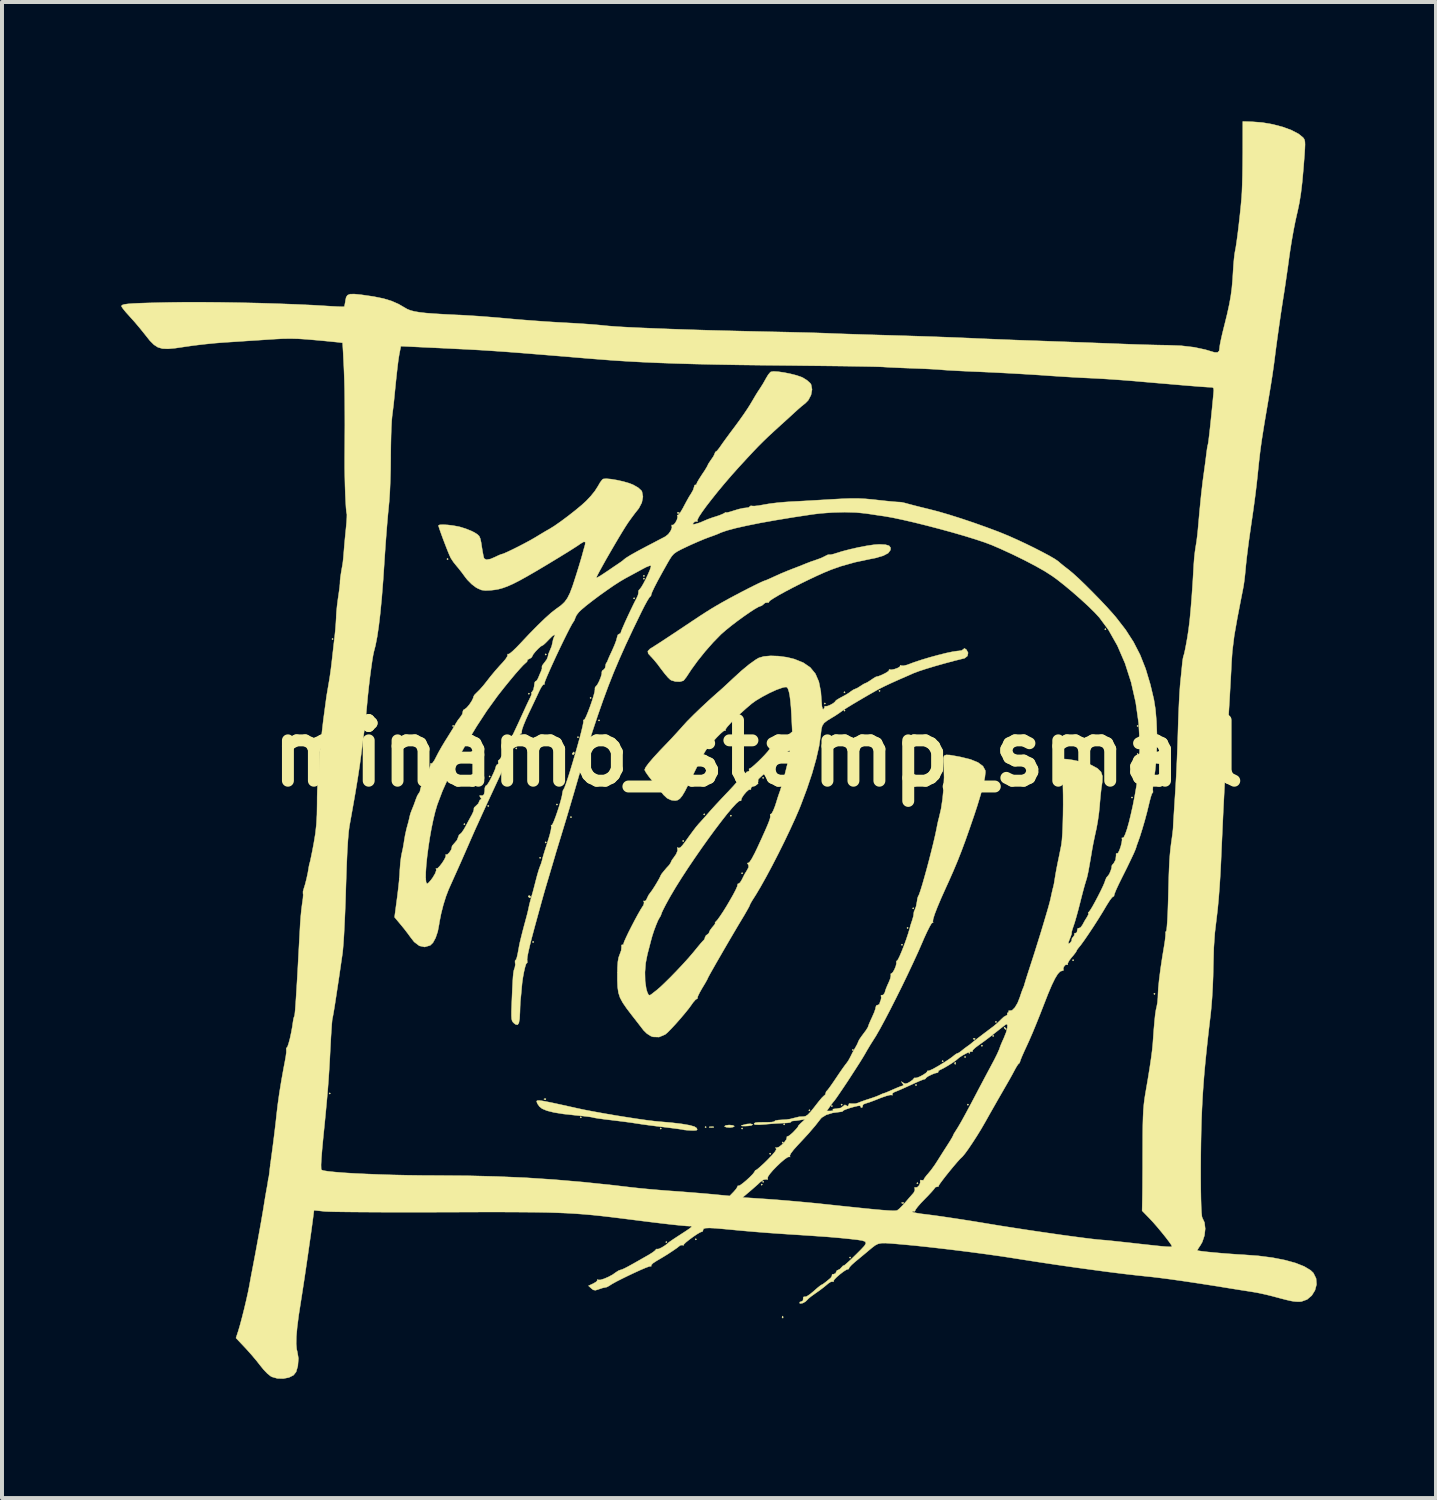
<source format=kicad_pcb>
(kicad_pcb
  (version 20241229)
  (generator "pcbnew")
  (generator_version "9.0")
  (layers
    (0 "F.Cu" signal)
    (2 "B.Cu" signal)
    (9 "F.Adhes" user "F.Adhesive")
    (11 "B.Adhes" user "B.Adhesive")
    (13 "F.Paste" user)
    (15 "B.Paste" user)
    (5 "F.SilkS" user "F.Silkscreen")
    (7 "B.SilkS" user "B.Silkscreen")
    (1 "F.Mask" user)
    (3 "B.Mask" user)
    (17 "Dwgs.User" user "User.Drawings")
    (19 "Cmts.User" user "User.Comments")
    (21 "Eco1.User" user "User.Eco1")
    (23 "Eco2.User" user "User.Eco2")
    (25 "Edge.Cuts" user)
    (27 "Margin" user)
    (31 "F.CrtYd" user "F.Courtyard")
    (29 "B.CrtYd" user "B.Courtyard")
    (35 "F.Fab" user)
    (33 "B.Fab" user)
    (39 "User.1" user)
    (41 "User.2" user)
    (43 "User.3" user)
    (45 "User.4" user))
  (footprint "minamo_stamp_small"
    (layer "F.Cu")
    (at 16.021 15.898)
    (property "Reference" "minamo_stamp_small" (at 0 0 0) (layer "F.SilkS") (effects (font (size 1.524 1.524) (thickness 0.3))))
    (attr through_hole)
    (fp_poly (pts (xy -10.76 8.555) (xy -10.777 8.572) (xy -10.795 8.555) (xy -10.777 8.537) (xy -10.76 8.555)) (stroke (width 0.01) (type solid)) (fill yes) (layer "F.SilkS"))
    (fp_poly (pts (xy -10.689 -2.875) (xy -10.707 -2.857) (xy -10.724 -2.875) (xy -10.707 -2.893) (xy -10.689 -2.875)) (stroke (width 0.01) (type solid)) (fill yes) (layer "F.SilkS"))
    (fp_poly (pts (xy -7.796 -4.886) (xy -7.814 -4.868) (xy -7.832 -4.886) (xy -7.814 -4.904) (xy -7.796 -4.886)) (stroke (width 0.01) (type solid)) (fill yes) (layer "F.SilkS"))
    (fp_poly (pts (xy -7.655 -0.688) (xy -7.673 -0.67) (xy -7.691 -0.688) (xy -7.673 -0.706) (xy -7.655 -0.688)) (stroke (width 0.01) (type solid)) (fill yes) (layer "F.SilkS"))
    (fp_poly (pts (xy -7.373 1.782) (xy -7.391 1.799) (xy -7.408 1.782) (xy -7.391 1.764) (xy -7.373 1.782)) (stroke (width 0.01) (type solid)) (fill yes) (layer "F.SilkS"))
    (fp_poly (pts (xy -6.773 1.323) (xy -6.791 1.341) (xy -6.809 1.323) (xy -6.791 1.305) (xy -6.773 1.323)) (stroke (width 0.01) (type solid)) (fill yes) (layer "F.SilkS"))
    (fp_poly (pts (xy -6.738 0.582) (xy -6.756 0.6) (xy -6.773 0.582) (xy -6.756 0.564) (xy -6.738 0.582)) (stroke (width 0.01) (type solid)) (fill yes) (layer "F.SilkS"))
    (fp_poly (pts (xy -6.068 -0.123) (xy -6.085 -0.106) (xy -6.103 -0.123) (xy -6.085 -0.141) (xy -6.068 -0.123)) (stroke (width 0.01) (type solid)) (fill yes) (layer "F.SilkS"))
    (fp_poly (pts (xy -5.75 -1.499) (xy -5.768 -1.482) (xy -5.786 -1.499) (xy -5.768 -1.517) (xy -5.75 -1.499)) (stroke (width 0.01) (type solid)) (fill yes) (layer "F.SilkS"))
    (fp_poly (pts (xy -5.644 4.745) (xy -5.662 4.763) (xy -5.68 4.745) (xy -5.662 4.727) (xy -5.644 4.745)) (stroke (width 0.01) (type solid)) (fill yes) (layer "F.SilkS"))
    (fp_poly (pts (xy -5.468 2.628) (xy -5.486 2.646) (xy -5.503 2.628) (xy -5.486 2.611) (xy -5.468 2.628)) (stroke (width 0.01) (type solid)) (fill yes) (layer "F.SilkS"))
    (fp_poly (pts (xy -5.327 -2.487) (xy -5.345 -2.469) (xy -5.362 -2.487) (xy -5.345 -2.505) (xy -5.327 -2.487)) (stroke (width 0.01) (type solid)) (fill yes) (layer "F.SilkS"))
    (fp_poly (pts (xy -5.327 2.24) (xy -5.345 2.258) (xy -5.362 2.24) (xy -5.345 2.223) (xy -5.327 2.24)) (stroke (width 0.01) (type solid)) (fill yes) (layer "F.SilkS"))
    (fp_poly (pts (xy -5.045 1.288) (xy -5.062 1.305) (xy -5.08 1.288) (xy -5.062 1.27) (xy -5.045 1.288)) (stroke (width 0.01) (type solid)) (fill yes) (layer "F.SilkS"))
    (fp_poly (pts (xy -4.692 1.605) (xy -4.71 1.623) (xy -4.727 1.605) (xy -4.71 1.587) (xy -4.692 1.605)) (stroke (width 0.01) (type solid)) (fill yes) (layer "F.SilkS"))
    (fp_poly (pts (xy -4.516 -0.406) (xy -4.533 -0.388) (xy -4.551 -0.406) (xy -4.533 -0.423) (xy -4.516 -0.406)) (stroke (width 0.01) (type solid)) (fill yes) (layer "F.SilkS"))
    (fp_poly (pts (xy -4.445 9.155) (xy -4.463 9.172) (xy -4.48 9.155) (xy -4.463 9.137) (xy -4.445 9.155)) (stroke (width 0.01) (type solid)) (fill yes) (layer "F.SilkS"))
    (fp_poly (pts (xy -4.198 -1.393) (xy -4.216 -1.376) (xy -4.233 -1.393) (xy -4.216 -1.411) (xy -4.198 -1.393)) (stroke (width 0.01) (type solid)) (fill yes) (layer "F.SilkS"))
    (fp_poly (pts (xy -3.986 -0.829) (xy -4.004 -0.811) (xy -4.022 -0.829) (xy -4.004 -0.847) (xy -3.986 -0.829)) (stroke (width 0.01) (type solid)) (fill yes) (layer "F.SilkS"))
    (fp_poly (pts (xy -3.104 -3.898) (xy -3.122 -3.881) (xy -3.14 -3.898) (xy -3.122 -3.916) (xy -3.104 -3.898)) (stroke (width 0.01) (type solid)) (fill yes) (layer "F.SilkS"))
    (fp_poly (pts (xy -2.857 -4.463) (xy -2.875 -4.445) (xy -2.893 -4.463) (xy -2.875 -4.48) (xy -2.857 -4.463)) (stroke (width 0.01) (type solid)) (fill yes) (layer "F.SilkS"))
    (fp_poly (pts (xy -2.857 -4.392) (xy -2.875 -4.374) (xy -2.893 -4.392) (xy -2.875 -4.41) (xy -2.857 -4.392)) (stroke (width 0.01) (type solid)) (fill yes) (layer "F.SilkS"))
    (fp_poly (pts (xy -2.434 9.437) (xy -2.452 9.454) (xy -2.469 9.437) (xy -2.452 9.419) (xy -2.434 9.437)) (stroke (width 0.01) (type solid)) (fill yes) (layer "F.SilkS"))
    (fp_poly (pts (xy -2.293 12.294) (xy -2.311 12.312) (xy -2.328 12.294) (xy -2.311 12.277) (xy -2.293 12.294)) (stroke (width 0.01) (type solid)) (fill yes) (layer "F.SilkS"))
    (fp_poly (pts (xy -1.87 2.205) (xy -1.887 2.223) (xy -1.905 2.205) (xy -1.887 2.187) (xy -1.87 2.205)) (stroke (width 0.01) (type solid)) (fill yes) (layer "F.SilkS"))
    (fp_poly (pts (xy -1.552 12.224) (xy -1.57 12.241) (xy -1.587 12.224) (xy -1.57 12.206) (xy -1.552 12.224)) (stroke (width 0.01) (type solid)) (fill yes) (layer "F.SilkS"))
    (fp_poly (pts (xy -1.341 1.535) (xy -1.358 1.552) (xy -1.376 1.535) (xy -1.358 1.517) (xy -1.341 1.535)) (stroke (width 0.01) (type solid)) (fill yes) (layer "F.SilkS"))
    (fp_poly (pts (xy -1.305 9.402) (xy -1.323 9.419) (xy -1.341 9.402) (xy -1.323 9.384) (xy -1.305 9.402)) (stroke (width 0.01) (type solid)) (fill yes) (layer "F.SilkS"))
    (fp_poly (pts (xy -0.67 1.57) (xy -0.688 1.587) (xy -0.706 1.57) (xy -0.688 1.552) (xy -0.67 1.57)) (stroke (width 0.01) (type solid)) (fill yes) (layer "F.SilkS"))
    (fp_poly (pts (xy -0.388 3.016) (xy -0.406 3.034) (xy -0.423 3.016) (xy -0.406 2.999) (xy -0.388 3.016)) (stroke (width 0.01) (type solid)) (fill yes) (layer "F.SilkS"))
    (fp_poly (pts (xy -0.388 9.437) (xy -0.406 9.454) (xy -0.423 9.437) (xy -0.406 9.419) (xy -0.388 9.437)) (stroke (width 0.01) (type solid)) (fill yes) (layer "F.SilkS"))
    (fp_poly (pts (xy 0 0.758) (xy -0.018 0.776) (xy -0.035 0.758) (xy -0.018 0.741) (xy 0 0.758)) (stroke (width 0.01) (type solid)) (fill yes) (layer "F.SilkS"))
    (fp_poly (pts (xy 0.106 10.848) (xy 0.088 10.866) (xy 0.071 10.848) (xy 0.088 10.83) (xy 0.106 10.848)) (stroke (width 0.01) (type solid)) (fill yes) (layer "F.SilkS"))
    (fp_poly (pts (xy 0.141 0.617) (xy 0.123 0.635) (xy 0.106 0.617) (xy 0.123 0.6) (xy 0.141 0.617)) (stroke (width 0.01) (type solid)) (fill yes) (layer "F.SilkS"))
    (fp_poly (pts (xy 0.141 10.777) (xy 0.123 10.795) (xy 0.106 10.777) (xy 0.123 10.76) (xy 0.141 10.777)) (stroke (width 0.01) (type solid)) (fill yes) (layer "F.SilkS"))
    (fp_poly (pts (xy 0.318 10.072) (xy 0.3 10.089) (xy 0.282 10.072) (xy 0.3 10.054) (xy 0.318 10.072)) (stroke (width 0.01) (type solid)) (fill yes) (layer "F.SilkS"))
    (fp_poly (pts (xy 0.635 9.79) (xy 0.617 9.807) (xy 0.6 9.79) (xy 0.617 9.772) (xy 0.635 9.79)) (stroke (width 0.01) (type solid)) (fill yes) (layer "F.SilkS"))
    (fp_poly (pts (xy 0.67 9.331) (xy 0.653 9.349) (xy 0.635 9.331) (xy 0.653 9.313) (xy 0.67 9.331)) (stroke (width 0.01) (type solid)) (fill yes) (layer "F.SilkS"))
    (fp_poly (pts (xy 1.305 8.978) (xy 1.288 8.996) (xy 1.27 8.978) (xy 1.288 8.961) (xy 1.305 8.978)) (stroke (width 0.01) (type solid)) (fill yes) (layer "F.SilkS"))
    (fp_poly (pts (xy 1.693 -1.252) (xy 1.676 -1.235) (xy 1.658 -1.252) (xy 1.676 -1.27) (xy 1.693 -1.252)) (stroke (width 0.01) (type solid)) (fill yes) (layer "F.SilkS"))
    (fp_poly (pts (xy 1.87 8.872) (xy 1.852 8.89) (xy 1.834 8.872) (xy 1.852 8.855) (xy 1.87 8.872)) (stroke (width 0.01) (type solid)) (fill yes) (layer "F.SilkS"))
    (fp_poly (pts (xy 2.117 8.837) (xy 2.099 8.855) (xy 2.081 8.837) (xy 2.099 8.819) (xy 2.117 8.837)) (stroke (width 0.01) (type solid)) (fill yes) (layer "F.SilkS"))
    (fp_poly (pts (xy 2.187 -1.535) (xy 2.17 -1.517) (xy 2.152 -1.535) (xy 2.17 -1.552) (xy 2.187 -1.535)) (stroke (width 0.01) (type solid)) (fill yes) (layer "F.SilkS"))
    (fp_poly (pts (xy 2.187 -1.076) (xy 2.17 -1.058) (xy 2.152 -1.076) (xy 2.17 -1.094) (xy 2.187 -1.076)) (stroke (width 0.01) (type solid)) (fill yes) (layer "F.SilkS"))
    (fp_poly (pts (xy 2.328 12.682) (xy 2.311 12.7) (xy 2.293 12.682) (xy 2.311 12.665) (xy 2.328 12.682)) (stroke (width 0.01) (type solid)) (fill yes) (layer "F.SilkS"))
    (fp_poly (pts (xy 2.399 7.461) (xy 2.381 7.479) (xy 2.364 7.461) (xy 2.381 7.444) (xy 2.399 7.461)) (stroke (width 0.01) (type solid)) (fill yes) (layer "F.SilkS"))
    (fp_poly (pts (xy 3.069 -1.57) (xy 3.052 -1.552) (xy 3.034 -1.57) (xy 3.052 -1.587) (xy 3.069 -1.57)) (stroke (width 0.01) (type solid)) (fill yes) (layer "F.SilkS"))
    (fp_poly (pts (xy 3.634 4.815) (xy 3.616 4.833) (xy 3.598 4.815) (xy 3.616 4.798) (xy 3.634 4.815)) (stroke (width 0.01) (type solid)) (fill yes) (layer "F.SilkS"))
    (fp_poly (pts (xy 3.775 4.392) (xy 3.757 4.41) (xy 3.739 4.392) (xy 3.757 4.374) (xy 3.775 4.392)) (stroke (width 0.01) (type solid)) (fill yes) (layer "F.SilkS"))
    (fp_poly (pts (xy 3.916 3.898) (xy 3.898 3.916) (xy 3.881 3.898) (xy 3.898 3.881) (xy 3.916 3.898)) (stroke (width 0.01) (type solid)) (fill yes) (layer "F.SilkS"))
    (fp_poly (pts (xy 3.986 8.343) (xy 3.969 8.361) (xy 3.951 8.343) (xy 3.969 8.326) (xy 3.986 8.343)) (stroke (width 0.01) (type solid)) (fill yes) (layer "F.SilkS"))
    (fp_poly (pts (xy 4.022 10.813) (xy 4.004 10.83) (xy 3.986 10.813) (xy 4.004 10.795) (xy 4.022 10.813)) (stroke (width 0.01) (type solid)) (fill yes) (layer "F.SilkS"))
    (fp_poly (pts (xy 4.657 7.743) (xy 4.639 7.761) (xy 4.621 7.743) (xy 4.639 7.726) (xy 4.657 7.743)) (stroke (width 0.01) (type solid)) (fill yes) (layer "F.SilkS"))
    (fp_poly (pts (xy 5.221 7.638) (xy 5.203 7.655) (xy 5.186 7.638) (xy 5.203 7.62) (xy 5.221 7.638)) (stroke (width 0.01) (type solid)) (fill yes) (layer "F.SilkS"))
    (fp_poly (pts (xy 5.292 8.837) (xy 5.274 8.855) (xy 5.256 8.837) (xy 5.274 8.819) (xy 5.292 8.837)) (stroke (width 0.01) (type solid)) (fill yes) (layer "F.SilkS"))
    (fp_poly (pts (xy 5.327 7.532) (xy 5.309 7.549) (xy 5.292 7.532) (xy 5.309 7.514) (xy 5.327 7.532)) (stroke (width 0.01) (type solid)) (fill yes) (layer "F.SilkS"))
    (fp_poly (pts (xy 5.644 7.355) (xy 5.627 7.373) (xy 5.609 7.355) (xy 5.627 7.338) (xy 5.644 7.355)) (stroke (width 0.01) (type solid)) (fill yes) (layer "F.SilkS"))
    (fp_poly (pts (xy 5.927 7.108) (xy 5.909 7.126) (xy 5.891 7.108) (xy 5.909 7.091) (xy 5.927 7.108)) (stroke (width 0.01) (type solid)) (fill yes) (layer "F.SilkS"))
    (fp_poly (pts (xy 5.997 6.756) (xy 5.98 6.773) (xy 5.962 6.756) (xy 5.98 6.738) (xy 5.997 6.756)) (stroke (width 0.01) (type solid)) (fill yes) (layer "F.SilkS"))
    (fp_poly (pts (xy 7.938 5.203) (xy 7.92 5.221) (xy 7.902 5.203) (xy 7.92 5.186) (xy 7.938 5.203)) (stroke (width 0.01) (type solid)) (fill yes) (layer "F.SilkS"))
    (fp_poly (pts (xy 8.749 -3.122) (xy 8.731 -3.104) (xy 8.714 -3.122) (xy 8.731 -3.14) (xy 8.749 -3.122)) (stroke (width 0.01) (type solid)) (fill yes) (layer "F.SilkS"))
    (fp_poly (pts (xy 9.419 1.111) (xy 9.402 1.129) (xy 9.384 1.111) (xy 9.402 1.094) (xy 9.419 1.111)) (stroke (width 0.01) (type solid)) (fill yes) (layer "F.SilkS"))
    (fp_poly (pts (xy 9.56 -0.688) (xy 9.543 -0.67) (xy 9.525 -0.688) (xy 9.543 -0.706) (xy 9.56 -0.688)) (stroke (width 0.01) (type solid)) (fill yes) (layer "F.SilkS"))
    (fp_poly (pts (xy 9.56 0.018) (xy 9.543 0.035) (xy 9.525 0.018) (xy 9.543 0) (xy 9.56 0.018)) (stroke (width 0.01) (type solid)) (fill yes) (layer "F.SilkS"))
    (fp_poly (pts (xy 9.984 6.05) (xy 9.966 6.068) (xy 9.948 6.05) (xy 9.966 6.032) (xy 9.984 6.05)) (stroke (width 0.01) (type solid)) (fill yes) (layer "F.SilkS"))
    (fp_poly (pts (xy -5.339 8.69) (xy -5.344 8.711) (xy -5.362 8.714) (xy -5.391 8.701) (xy -5.386 8.69) (xy -5.344 8.686) (xy -5.339 8.69)) (stroke (width 0.01) (type solid)) (fill yes) (layer "F.SilkS"))
    (fp_poly (pts (xy -1.987 -6.056) (xy -1.992 -6.035) (xy -2.011 -6.032) (xy -2.04 -6.045) (xy -2.034 -6.056) (xy -1.992 -6.06) (xy -1.987 -6.056)) (stroke (width 0.01) (type solid)) (fill yes) (layer "F.SilkS"))
    (fp_poly (pts (xy 0.412 0.329) (xy 0.407 0.35) (xy 0.388 0.353) (xy 0.359 0.34) (xy 0.365 0.329) (xy 0.406 0.325) (xy 0.412 0.329)) (stroke (width 0.01) (type solid)) (fill yes) (layer "F.SilkS"))
    (fp_poly (pts (xy 0.623 14.158) (xy 0.627 14.2) (xy 0.623 14.205) (xy 0.602 14.2) (xy 0.6 14.182) (xy 0.613 14.153) (xy 0.623 14.158)) (stroke (width 0.01) (type solid)) (fill yes) (layer "F.SilkS"))
    (fp_poly (pts (xy 3.657 11.301) (xy 3.652 11.322) (xy 3.634 11.324) (xy 3.605 11.311) (xy 3.61 11.301) (xy 3.652 11.296) (xy 3.657 11.301)) (stroke (width 0.01) (type solid)) (fill yes) (layer "F.SilkS"))
    (fp_poly (pts (xy 4.962 7.773) (xy 4.967 7.815) (xy 4.962 7.82) (xy 4.941 7.815) (xy 4.939 7.796) (xy 4.952 7.767) (xy 4.962 7.773)) (stroke (width 0.01) (type solid)) (fill yes) (layer "F.SilkS"))
    (fp_poly (pts (xy 5.456 7.173) (xy 5.451 7.194) (xy 5.433 7.197) (xy 5.404 7.184) (xy 5.409 7.173) (xy 5.451 7.169) (xy 5.456 7.173)) (stroke (width 0.01) (type solid)) (fill yes) (layer "F.SilkS"))
    (fp_poly (pts (xy 6.203 6.893) (xy 6.241 6.929) (xy 6.234 6.949) (xy 6.229 6.95) (xy 6.199 6.925) (xy 6.188 6.909) (xy 6.184 6.885) (xy 6.203 6.893)) (stroke (width 0.01) (type solid)) (fill yes) (layer "F.SilkS"))
    (fp_poly (pts (xy -5.75 3.581) (xy -5.717 3.612) (xy -5.715 3.618) (xy -5.742 3.633) (xy -5.75 3.634) (xy -5.784 3.606) (xy -5.786 3.596) (xy -5.764 3.575) (xy -5.75 3.581)) (stroke (width 0.01) (type solid)) (fill yes) (layer "F.SilkS"))
    (fp_poly (pts (xy -4.622 -0.008) (xy -4.621 0) (xy -4.649 0.034) (xy -4.659 0.035) (xy -4.68 0.014) (xy -4.674 0) (xy -4.643 -0.034) (xy -4.637 -0.035) (xy -4.622 -0.008)) (stroke (width 0.01) (type solid)) (fill yes) (layer "F.SilkS"))
    (fp_poly (pts (xy -1.119 9.396) (xy -1.118 9.408) (xy -1.173 9.412) (xy -1.182 9.412) (xy -1.237 9.407) (xy -1.231 9.396) (xy -1.225 9.395) (xy -1.148 9.39) (xy -1.119 9.396)) (stroke (width 0.01) (type solid)) (fill yes) (layer "F.SilkS"))
    (fp_poly (pts (xy -0.146 9.331) (xy -0.141 9.342) (xy -0.173 9.36) (xy -0.253 9.372) (xy -0.309 9.375) (xy -0.401 9.375) (xy -0.429 9.368) (xy -0.397 9.353) (xy -0.388 9.35) (xy -0.284 9.324) (xy -0.196 9.318) (xy -0.146 9.331)) (stroke (width 0.01) (type solid)) (fill yes) (layer "F.SilkS"))
    (fp_poly (pts (xy -0.642 9.357) (xy -0.601 9.376) (xy -0.6 9.38) (xy -0.631 9.401) (xy -0.707 9.412) (xy -0.723 9.412) (xy -0.805 9.404) (xy -0.846 9.385) (xy -0.847 9.38) (xy -0.816 9.359) (xy -0.739 9.349) (xy -0.723 9.349) (xy -0.642 9.357)) (stroke (width 0.01) (type solid)) (fill yes) (layer "F.SilkS"))
    (fp_poly (pts (xy -5.44 8.74) (xy -5.335 8.759) (xy -5.186 8.789) (xy -4.987 8.832) (xy -4.73 8.889) (xy -4.568 8.925) (xy -4.376 8.966) (xy -4.14 9.011) (xy -3.875 9.059) (xy -3.595 9.107) (xy -3.314 9.152) (xy -3.048 9.193) (xy -2.81 9.227) (xy -2.616 9.251) (xy -2.505 9.262) (xy -2.181 9.29) (xy -1.922 9.321) (xy -1.729 9.354) (xy -1.604 9.389) (xy -1.549 9.426) (xy -1.548 9.426) (xy -1.534 9.464) (xy -1.555 9.482) (xy -1.624 9.487) (xy -1.691 9.485) (xy -1.795 9.479) (xy -1.864 9.472) (xy -1.879 9.468) (xy -1.916 9.461) (xy -2.01 9.447) (xy -2.147 9.429) (xy -2.316 9.408) (xy -2.365 9.402) (xy -2.563 9.378) (xy -2.757 9.353) (xy -2.925 9.33) (xy -3.046 9.311) (xy -3.052 9.311) (xy -3.173 9.292) (xy -3.341 9.269) (xy -3.533 9.245) (xy -3.696 9.225) (xy -3.864 9.205) (xy -4.006 9.186) (xy -4.108 9.17) (xy -4.155 9.159) (xy -4.156 9.159) (xy -4.2 9.149) (xy -4.299 9.136) (xy -4.438 9.12) (xy -4.597 9.104) (xy -4.899 9.071) (xy -5.136 9.033) (xy -5.313 8.989) (xy -5.435 8.938) (xy -5.503 8.884) (xy -5.553 8.812) (xy -5.573 8.759) (xy -5.568 8.742) (xy -5.55 8.733) (xy -5.509 8.732) (xy -5.44 8.74)) (stroke (width 0.01) (type solid)) (fill yes) (layer "F.SilkS"))
    (fp_poly (pts (xy 3.201 -5.248) (xy 3.292 -5.221) (xy 3.33 -5.17) (xy 3.326 -5.113) (xy 3.269 -5.036) (xy 3.144 -4.97) (xy 2.948 -4.913) (xy 2.805 -4.885) (xy 2.437 -4.807) (xy 2.074 -4.705) (xy 1.835 -4.62) (xy 1.669 -4.552) (xy 1.479 -4.467) (xy 1.276 -4.371) (xy 1.069 -4.27) (xy 0.867 -4.167) (xy 0.679 -4.068) (xy 0.516 -3.978) (xy 0.387 -3.901) (xy 0.301 -3.844) (xy 0.267 -3.809) (xy 0.267 -3.805) (xy 0.259 -3.789) (xy 0.237 -3.794) (xy 0.177 -3.786) (xy 0.142 -3.759) (xy 0.088 -3.713) (xy 0.06 -3.704) (xy 0.005 -3.683) (xy -0.094 -3.626) (xy -0.224 -3.541) (xy -0.373 -3.437) (xy -0.531 -3.322) (xy -0.685 -3.204) (xy -0.824 -3.091) (xy -0.936 -2.993) (xy -0.947 -2.982) (xy -1.136 -2.788) (xy -1.335 -2.562) (xy -1.524 -2.326) (xy -1.686 -2.103) (xy -1.746 -2.011) (xy -1.809 -1.916) (xy -1.863 -1.847) (xy -1.884 -1.826) (xy -1.969 -1.802) (xy -2.081 -1.806) (xy -2.185 -1.836) (xy -2.211 -1.852) (xy -2.268 -1.906) (xy -2.348 -1.999) (xy -2.435 -2.112) (xy -2.445 -2.125) (xy -2.535 -2.246) (xy -2.624 -2.354) (xy -2.692 -2.429) (xy -2.695 -2.431) (xy -2.767 -2.51) (xy -2.777 -2.57) (xy -2.724 -2.626) (xy -2.665 -2.663) (xy -2.601 -2.704) (xy -2.488 -2.776) (xy -2.337 -2.875) (xy -2.16 -2.992) (xy -1.964 -3.122) (xy -1.88 -3.178) (xy -1.648 -3.333) (xy -1.461 -3.457) (xy -1.307 -3.556) (xy -1.173 -3.64) (xy -1.047 -3.715) (xy -0.917 -3.79) (xy -0.768 -3.872) (xy -0.706 -3.907) (xy -0.568 -3.98) (xy -0.414 -4.061) (xy -0.255 -4.143) (xy -0.106 -4.218) (xy 0.021 -4.28) (xy 0.112 -4.322) (xy 0.154 -4.339) (xy 0.155 -4.339) (xy 0.196 -4.353) (xy 0.282 -4.39) (xy 0.395 -4.442) (xy 0.398 -4.443) (xy 0.552 -4.513) (xy 0.729 -4.587) (xy 0.864 -4.64) (xy 1.002 -4.693) (xy 1.128 -4.743) (xy 1.216 -4.779) (xy 1.217 -4.779) (xy 1.323 -4.82) (xy 1.446 -4.862) (xy 1.464 -4.868) (xy 1.577 -4.909) (xy 1.674 -4.955) (xy 1.688 -4.963) (xy 1.753 -4.995) (xy 1.788 -4.997) (xy 1.829 -4.997) (xy 1.91 -5.017) (xy 1.942 -5.028) (xy 2.114 -5.081) (xy 2.318 -5.134) (xy 2.535 -5.183) (xy 2.743 -5.222) (xy 2.923 -5.248) (xy 3.047 -5.256) (xy 3.201 -5.248)) (stroke (width 0.01) (type solid)) (fill yes) (layer "F.SilkS"))
    (fp_poly (pts (xy 5.238 -2.606) (xy 5.279 -2.528) (xy 5.262 -2.448) (xy 5.195 -2.394) (xy 5.176 -2.388) (xy 4.933 -2.328) (xy 4.684 -2.261) (xy 4.444 -2.193) (xy 4.226 -2.127) (xy 4.045 -2.068) (xy 3.916 -2.02) (xy 3.898 -2.012) (xy 3.837 -1.985) (xy 3.728 -1.937) (xy 3.59 -1.877) (xy 3.493 -1.834) (xy 3.331 -1.761) (xy 3.174 -1.687) (xy 3.046 -1.623) (xy 2.999 -1.597) (xy 2.767 -1.465) (xy 2.556 -1.342) (xy 2.374 -1.234) (xy 2.229 -1.145) (xy 2.132 -1.082) (xy 2.099 -1.058) (xy 2.027 -1.006) (xy 1.924 -0.939) (xy 1.87 -0.906) (xy 1.74 -0.827) (xy 1.658 -0.764) (xy 1.612 -0.697) (xy 1.588 -0.607) (xy 1.573 -0.474) (xy 1.571 -0.458) (xy 1.531 -0.182) (xy 1.457 0.144) (xy 1.354 0.508) (xy 1.223 0.899) (xy 1.069 1.308) (xy 1.035 1.393) (xy 0.93 1.637) (xy 0.802 1.916) (xy 0.659 2.216) (xy 0.506 2.524) (xy 0.351 2.825) (xy 0.2 3.107) (xy 0.061 3.355) (xy -0.059 3.557) (xy -0.096 3.615) (xy -0.158 3.713) (xy -0.2 3.787) (xy -0.212 3.817) (xy -0.229 3.856) (xy -0.276 3.941) (xy -0.344 4.06) (xy -0.41 4.17) (xy -0.503 4.325) (xy -0.608 4.503) (xy -0.722 4.697) (xy -0.838 4.896) (xy -0.95 5.09) (xy -1.054 5.27) (xy -1.143 5.427) (xy -1.213 5.551) (xy -1.257 5.632) (xy -1.27 5.66) (xy -1.287 5.697) (xy -1.332 5.777) (xy -1.397 5.885) (xy -1.409 5.905) (xy -1.472 6.016) (xy -1.515 6.103) (xy -1.528 6.15) (xy -1.526 6.153) (xy -1.531 6.172) (xy -1.542 6.174) (xy -1.581 6.201) (xy -1.64 6.27) (xy -1.672 6.316) (xy -1.744 6.415) (xy -1.845 6.54) (xy -1.961 6.677) (xy -2.081 6.813) (xy -2.193 6.933) (xy -2.284 7.025) (xy -2.34 7.072) (xy -2.494 7.137) (xy -2.647 7.132) (xy -2.701 7.112) (xy -2.8 7.049) (xy -2.887 6.964) (xy -2.887 6.963) (xy -2.944 6.889) (xy -3.029 6.779) (xy -3.128 6.652) (xy -3.171 6.597) (xy -3.31 6.415) (xy -3.409 6.27) (xy -3.476 6.144) (xy -3.516 6.02) (xy -3.536 5.881) (xy -3.543 5.71) (xy -3.543 5.592) (xy -3.542 5.507) (xy -2.849 5.507) (xy -2.844 5.73) (xy -2.816 5.923) (xy -2.79 6.01) (xy -2.758 6.076) (xy -2.725 6.085) (xy -2.69 6.063) (xy -2.612 6.002) (xy -2.56 5.962) (xy -2.471 5.886) (xy -2.347 5.769) (xy -2.201 5.625) (xy -2.045 5.464) (xy -1.892 5.301) (xy -1.753 5.148) (xy -1.64 5.016) (xy -1.62 4.992) (xy -1.523 4.873) (xy -1.442 4.776) (xy -1.386 4.714) (xy -1.368 4.698) (xy -1.343 4.657) (xy -1.341 4.635) (xy -1.312 4.579) (xy -1.288 4.564) (xy -1.241 4.524) (xy -1.235 4.503) (xy -1.212 4.452) (xy -1.158 4.379) (xy -1.145 4.365) (xy -1.095 4.304) (xy -1.08 4.27) (xy -1.083 4.268) (xy -1.087 4.253) (xy -1.074 4.242) (xy -1.028 4.193) (xy -0.961 4.1) (xy -0.879 3.977) (xy -0.791 3.835) (xy -0.705 3.688) (xy -0.626 3.549) (xy -0.564 3.43) (xy -0.526 3.343) (xy -0.519 3.303) (xy -0.519 3.302) (xy -0.514 3.283) (xy -0.498 3.281) (xy -0.457 3.252) (xy -0.412 3.18) (xy -0.405 3.166) (xy -0.348 3.051) (xy -0.285 2.947) (xy -0.241 2.865) (xy -0.245 2.81) (xy -0.255 2.795) (xy -0.275 2.759) (xy -0.249 2.758) (xy -0.215 2.732) (xy -0.159 2.647) (xy -0.087 2.511) (xy -0.022 2.376) (xy 0.09 2.132) (xy 0.175 1.943) (xy 0.236 1.802) (xy 0.276 1.701) (xy 0.298 1.633) (xy 0.305 1.589) (xy 0.302 1.562) (xy 0.301 1.529) (xy 0.314 1.532) (xy 0.34 1.512) (xy 0.379 1.44) (xy 0.422 1.332) (xy 0.464 1.203) (xy 0.475 1.164) (xy 0.495 1.101) (xy 0.529 1.001) (xy 0.547 0.953) (xy 0.581 0.845) (xy 0.626 0.688) (xy 0.677 0.498) (xy 0.728 0.295) (xy 0.775 0.098) (xy 0.791 0.026) (xy 0.798 -0.043) (xy 0.785 -0.071) (xy 0.745 -0.047) (xy 0.671 0.014) (xy 0.576 0.1) (xy 0.473 0.199) (xy 0.375 0.297) (xy 0.296 0.383) (xy 0.248 0.443) (xy 0.239 0.463) (xy 0.229 0.485) (xy 0.219 0.481) (xy 0.181 0.494) (xy 0.113 0.547) (xy 0.029 0.625) (xy -0.057 0.713) (xy -0.13 0.798) (xy -0.178 0.865) (xy -0.186 0.898) (xy -0.183 0.913) (xy -0.199 0.906) (xy -0.24 0.918) (xy -0.3 0.971) (xy -0.363 1.045) (xy -0.412 1.12) (xy -0.43 1.176) (xy -0.429 1.182) (xy -0.434 1.198) (xy -0.443 1.192) (xy -0.481 1.2) (xy -0.553 1.262) (xy -0.653 1.37) (xy -0.778 1.518) (xy -0.921 1.7) (xy -1.08 1.909) (xy -1.248 2.138) (xy -1.422 2.382) (xy -1.596 2.633) (xy -1.767 2.886) (xy -1.928 3.133) (xy -2.076 3.369) (xy -2.205 3.587) (xy -2.249 3.665) (xy -2.325 3.804) (xy -2.386 3.923) (xy -2.425 4.005) (xy -2.435 4.036) (xy -2.456 4.092) (xy -2.487 4.141) (xy -2.523 4.208) (xy -2.57 4.321) (xy -2.621 4.457) (xy -2.666 4.595) (xy -2.698 4.712) (xy -2.715 4.777) (xy -2.744 4.889) (xy -2.78 5.026) (xy -2.789 5.062) (xy -2.831 5.277) (xy -2.849 5.507) (xy -3.542 5.507) (xy -3.54 5.387) (xy -3.53 5.24) (xy -3.512 5.137) (xy -3.485 5.063) (xy -3.483 5.058) (xy -3.447 4.961) (xy -3.438 4.876) (xy -3.439 4.872) (xy -3.438 4.821) (xy -3.42 4.817) (xy -3.39 4.809) (xy -3.387 4.79) (xy -3.371 4.738) (xy -3.327 4.639) (xy -3.264 4.506) (xy -3.187 4.354) (xy -3.106 4.198) (xy -3.026 4.051) (xy -2.955 3.927) (xy -2.901 3.841) (xy -2.886 3.82) (xy -2.87 3.759) (xy -2.878 3.736) (xy -2.883 3.71) (xy -2.865 3.717) (xy -2.828 3.707) (xy -2.803 3.661) (xy -2.76 3.57) (xy -2.717 3.51) (xy -2.672 3.45) (xy -2.612 3.358) (xy -2.548 3.253) (xy -2.493 3.157) (xy -2.458 3.088) (xy -2.451 3.069) (xy -2.43 3.034) (xy -2.376 2.966) (xy -2.306 2.883) (xy -2.238 2.809) (xy -2.2 2.752) (xy -2.194 2.734) (xy -2.168 2.681) (xy -2.137 2.64) (xy -2.063 2.534) (xy -2.027 2.444) (xy -2.032 2.393) (xy -2.036 2.368) (xy -2.023 2.373) (xy -1.992 2.383) (xy -1.956 2.366) (xy -1.906 2.315) (xy -1.834 2.221) (xy -1.747 2.099) (xy -1.654 1.972) (xy -1.565 1.855) (xy -1.495 1.772) (xy -1.483 1.759) (xy -1.41 1.679) (xy -1.316 1.574) (xy -1.252 1.5) (xy -1.175 1.413) (xy -1.063 1.29) (xy -0.929 1.146) (xy -0.787 0.996) (xy -0.752 0.96) (xy -0.627 0.826) (xy -0.524 0.708) (xy -0.451 0.617) (xy -0.415 0.562) (xy -0.414 0.551) (xy -0.41 0.536) (xy -0.393 0.544) (xy -0.348 0.539) (xy -0.331 0.514) (xy -0.286 0.465) (xy -0.259 0.459) (xy -0.225 0.441) (xy -0.229 0.423) (xy -0.231 0.391) (xy -0.222 0.388) (xy -0.18 0.365) (xy -0.107 0.305) (xy -0.015 0.221) (xy 0.083 0.125) (xy 0.175 0.029) (xy 0.247 -0.053) (xy 0.288 -0.108) (xy 0.291 -0.123) (xy 0.289 -0.137) (xy 0.305 -0.129) (xy 0.352 -0.138) (xy 0.417 -0.191) (xy 0.435 -0.212) (xy 0.498 -0.279) (xy 0.542 -0.315) (xy 0.548 -0.318) (xy 0.587 -0.338) (xy 0.661 -0.389) (xy 0.714 -0.43) (xy 0.857 -0.543) (xy 0.836 -0.974) (xy 0.825 -1.156) (xy 0.809 -1.327) (xy 0.791 -1.464) (xy 0.774 -1.545) (xy 0.745 -1.633) (xy 0.712 -1.668) (xy 0.653 -1.663) (xy 0.604 -1.65) (xy 0.46 -1.599) (xy 0.285 -1.519) (xy 0.103 -1.423) (xy -0.059 -1.326) (xy -0.159 -1.254) (xy -0.304 -1.131) (xy -0.447 -1.002) (xy -0.579 -0.877) (xy -0.692 -0.763) (xy -0.775 -0.671) (xy -0.819 -0.61) (xy -0.824 -0.591) (xy -0.822 -0.569) (xy -0.835 -0.575) (xy -0.873 -0.56) (xy -0.945 -0.499) (xy -1.041 -0.403) (xy -1.152 -0.281) (xy -1.268 -0.143) (xy -1.304 -0.097) (xy -1.344 -0.035) (xy -1.407 0.079) (xy -1.486 0.232) (xy -1.576 0.412) (xy -1.656 0.576) (xy -1.762 0.794) (xy -1.845 0.956) (xy -1.912 1.068) (xy -1.971 1.14) (xy -2.027 1.177) (xy -2.088 1.189) (xy -2.161 1.181) (xy -2.195 1.175) (xy -2.291 1.129) (xy -2.385 1.041) (xy -2.392 1.031) (xy -2.462 0.942) (xy -2.557 0.824) (xy -2.66 0.699) (xy -2.672 0.684) (xy -2.758 0.574) (xy -2.823 0.481) (xy -2.856 0.421) (xy -2.857 0.412) (xy -2.832 0.353) (xy -2.757 0.251) (xy -2.636 0.109) (xy -2.473 -0.068) (xy -2.329 -0.218) (xy -2.195 -0.358) (xy -2.051 -0.514) (xy -1.924 -0.655) (xy -1.906 -0.676) (xy -1.787 -0.806) (xy -1.627 -0.967) (xy -1.439 -1.148) (xy -1.238 -1.335) (xy -1.036 -1.516) (xy -0.97 -1.573) (xy -0.895 -1.64) (xy -0.789 -1.738) (xy -0.67 -1.849) (xy -0.635 -1.882) (xy -0.417 -2.081) (xy -0.223 -2.241) (xy -0.06 -2.357) (xy 0.014 -2.4) (xy 0.14 -2.437) (xy 0.312 -2.452) (xy 0.512 -2.445) (xy 0.72 -2.417) (xy 0.908 -2.371) (xy 1.134 -2.28) (xy 1.309 -2.16) (xy 1.438 -2.003) (xy 1.525 -1.802) (xy 1.575 -1.55) (xy 1.592 -1.313) (xy 1.602 -1.183) (xy 1.621 -1.115) (xy 1.637 -1.106) (xy 1.667 -1.147) (xy 1.666 -1.162) (xy 1.676 -1.189) (xy 1.689 -1.184) (xy 1.737 -1.187) (xy 1.813 -1.217) (xy 1.888 -1.259) (xy 1.935 -1.3) (xy 1.94 -1.312) (xy 1.969 -1.34) (xy 2.043 -1.385) (xy 2.099 -1.415) (xy 2.206 -1.473) (xy 2.295 -1.529) (xy 2.321 -1.55) (xy 2.391 -1.598) (xy 2.433 -1.616) (xy 2.495 -1.643) (xy 2.576 -1.694) (xy 2.578 -1.695) (xy 2.651 -1.742) (xy 2.697 -1.764) (xy 2.699 -1.764) (xy 2.741 -1.783) (xy 2.814 -1.829) (xy 2.834 -1.843) (xy 2.91 -1.894) (xy 2.958 -1.922) (xy 2.963 -1.924) (xy 3.031 -1.941) (xy 3.12 -1.977) (xy 3.207 -2.021) (xy 3.272 -2.063) (xy 3.293 -2.091) (xy 3.292 -2.091) (xy 3.292 -2.112) (xy 3.304 -2.106) (xy 3.354 -2.102) (xy 3.43 -2.118) (xy 3.507 -2.146) (xy 3.562 -2.178) (xy 3.572 -2.204) (xy 3.572 -2.217) (xy 3.593 -2.207) (xy 3.653 -2.202) (xy 3.745 -2.224) (xy 3.769 -2.233) (xy 3.924 -2.291) (xy 4.112 -2.353) (xy 4.319 -2.415) (xy 4.528 -2.472) (xy 4.724 -2.521) (xy 4.89 -2.556) (xy 5.011 -2.574) (xy 5.039 -2.575) (xy 5.119 -2.588) (xy 5.161 -2.619) (xy 5.187 -2.641) (xy 5.238 -2.606)) (stroke (width 0.01) (type solid)) (fill yes) (layer "F.SilkS"))
    (fp_poly (pts (xy 12.418 -15.886) (xy 12.681 -15.866) (xy 12.944 -15.82) (xy 13.192 -15.755) (xy 13.412 -15.674) (xy 13.589 -15.582) (xy 13.703 -15.49) (xy 13.725 -15.462) (xy 13.741 -15.43) (xy 13.751 -15.384) (xy 13.754 -15.313) (xy 13.75 -15.208) (xy 13.741 -15.059) (xy 13.725 -14.856) (xy 13.713 -14.701) (xy 13.683 -14.37) (xy 13.65 -14.092) (xy 13.612 -13.851) (xy 13.566 -13.63) (xy 13.55 -13.564) (xy 13.51 -13.385) (xy 13.465 -13.157) (xy 13.42 -12.903) (xy 13.379 -12.645) (xy 13.354 -12.471) (xy 13.322 -12.236) (xy 13.288 -12.002) (xy 13.257 -11.786) (xy 13.23 -11.608) (xy 13.213 -11.501) (xy 13.182 -11.302) (xy 13.144 -11.053) (xy 13.104 -10.774) (xy 13.063 -10.485) (xy 13.025 -10.205) (xy 12.993 -9.954) (xy 12.981 -9.86) (xy 12.961 -9.713) (xy 12.933 -9.518) (xy 12.898 -9.294) (xy 12.86 -9.063) (xy 12.84 -8.943) (xy 12.783 -8.606) (xy 12.736 -8.328) (xy 12.699 -8.097) (xy 12.668 -7.901) (xy 12.644 -7.731) (xy 12.623 -7.574) (xy 12.605 -7.42) (xy 12.587 -7.258) (xy 12.577 -7.161) (xy 12.557 -6.963) (xy 12.538 -6.791) (xy 12.519 -6.629) (xy 12.499 -6.466) (xy 12.475 -6.285) (xy 12.446 -6.075) (xy 12.409 -5.821) (xy 12.371 -5.556) (xy 12.339 -5.331) (xy 12.31 -5.104) (xy 12.284 -4.895) (xy 12.266 -4.726) (xy 12.26 -4.657) (xy 12.244 -4.494) (xy 12.226 -4.337) (xy 12.208 -4.214) (xy 12.205 -4.198) (xy 12.189 -4.112) (xy 12.161 -3.971) (xy 12.126 -3.791) (xy 12.086 -3.584) (xy 12.05 -3.397) (xy 11.973 -2.958) (xy 11.925 -2.57) (xy 11.905 -2.286) (xy 11.895 -2.072) (xy 11.881 -1.816) (xy 11.866 -1.548) (xy 11.852 -1.298) (xy 11.849 -1.252) (xy 11.793 -0.328) (xy 11.742 0.571) (xy 11.696 1.474) (xy 11.653 2.409) (xy 11.64 2.716) (xy 11.624 3.034) (xy 11.604 3.351) (xy 11.581 3.651) (xy 11.556 3.917) (xy 11.531 4.131) (xy 11.527 4.163) (xy 11.485 4.516) (xy 11.459 4.893) (xy 11.448 5.315) (xy 11.447 5.345) (xy 11.442 5.603) (xy 11.431 5.882) (xy 11.415 6.157) (xy 11.395 6.401) (xy 11.383 6.526) (xy 11.339 6.903) (xy 11.303 7.221) (xy 11.274 7.492) (xy 11.25 7.726) (xy 11.23 7.936) (xy 11.213 8.133) (xy 11.198 8.327) (xy 11.184 8.531) (xy 11.173 8.714) (xy 11.161 8.949) (xy 11.15 9.214) (xy 11.142 9.501) (xy 11.136 9.802) (xy 11.132 10.107) (xy 11.13 10.408) (xy 11.13 10.697) (xy 11.132 10.964) (xy 11.136 11.202) (xy 11.142 11.401) (xy 11.15 11.553) (xy 11.16 11.65) (xy 11.169 11.68) (xy 11.225 11.801) (xy 11.243 11.958) (xy 11.224 12.129) (xy 11.169 12.292) (xy 11.126 12.368) (xy 11.074 12.446) (xy 11.045 12.496) (xy 11.042 12.503) (xy 11.075 12.512) (xy 11.166 12.525) (xy 11.302 12.541) (xy 11.471 12.557) (xy 11.659 12.574) (xy 11.855 12.589) (xy 12.046 12.603) (xy 12.206 12.612) (xy 12.585 12.64) (xy 12.934 12.685) (xy 13.247 12.746) (xy 13.516 12.82) (xy 13.733 12.906) (xy 13.893 13.002) (xy 13.964 13.07) (xy 14.032 13.208) (xy 14.043 13.359) (xy 14.004 13.507) (xy 13.923 13.638) (xy 13.806 13.737) (xy 13.662 13.789) (xy 13.604 13.793) (xy 13.535 13.791) (xy 13.468 13.785) (xy 13.39 13.771) (xy 13.286 13.747) (xy 13.142 13.71) (xy 12.944 13.657) (xy 12.941 13.656) (xy 12.772 13.614) (xy 12.593 13.575) (xy 12.447 13.549) (xy 12.304 13.526) (xy 12.124 13.498) (xy 11.944 13.469) (xy 11.906 13.463) (xy 11.467 13.392) (xy 11.055 13.328) (xy 10.679 13.272) (xy 10.346 13.225) (xy 10.065 13.189) (xy 9.844 13.163) (xy 9.807 13.16) (xy 9.524 13.13) (xy 9.184 13.091) (xy 8.798 13.043) (xy 8.381 12.987) (xy 7.943 12.927) (xy 7.497 12.863) (xy 7.057 12.797) (xy 6.633 12.731) (xy 6.526 12.714) (xy 6.147 12.655) (xy 5.721 12.595) (xy 5.268 12.535) (xy 4.807 12.478) (xy 4.357 12.426) (xy 3.936 12.381) (xy 3.565 12.347) (xy 3.54 12.345) (xy 3.342 12.328) (xy 3.198 12.319) (xy 3.095 12.321) (xy 3.015 12.338) (xy 2.944 12.374) (xy 2.867 12.432) (xy 2.767 12.515) (xy 2.749 12.531) (xy 2.625 12.634) (xy 2.49 12.746) (xy 2.434 12.792) (xy 2.35 12.867) (xy 2.296 12.926) (xy 2.284 12.952) (xy 2.271 12.975) (xy 2.265 12.973) (xy 2.22 12.987) (xy 2.146 13.034) (xy 2.058 13.101) (xy 1.976 13.172) (xy 1.915 13.234) (xy 1.894 13.273) (xy 1.894 13.276) (xy 1.893 13.295) (xy 1.88 13.288) (xy 1.829 13.292) (xy 1.771 13.327) (xy 1.651 13.427) (xy 1.547 13.506) (xy 1.424 13.592) (xy 1.418 13.597) (xy 1.326 13.663) (xy 1.26 13.718) (xy 1.242 13.738) (xy 1.188 13.791) (xy 1.118 13.829) (xy 1.058 13.839) (xy 1.04 13.828) (xy 1.049 13.799) (xy 1.074 13.794) (xy 1.126 13.766) (xy 1.134 13.685) (xy 1.133 13.68) (xy 1.155 13.667) (xy 1.174 13.672) (xy 1.221 13.659) (xy 1.301 13.607) (xy 1.394 13.53) (xy 1.486 13.449) (xy 1.557 13.392) (xy 1.591 13.37) (xy 1.624 13.354) (xy 1.693 13.303) (xy 1.806 13.21) (xy 1.826 13.192) (xy 1.856 13.145) (xy 1.853 13.125) (xy 1.865 13.103) (xy 1.896 13.101) (xy 1.947 13.08) (xy 1.957 13.053) (xy 1.981 13.006) (xy 2 13) (xy 2.053 12.974) (xy 2.096 12.929) (xy 2.136 12.886) (xy 2.151 12.886) (xy 2.174 12.873) (xy 2.238 12.818) (xy 2.333 12.731) (xy 2.448 12.618) (xy 2.46 12.607) (xy 2.588 12.479) (xy 2.673 12.387) (xy 2.709 12.324) (xy 2.692 12.282) (xy 2.618 12.255) (xy 2.484 12.234) (xy 2.285 12.212) (xy 2.237 12.207) (xy 2.119 12.195) (xy 2.001 12.184) (xy 1.874 12.173) (xy 1.727 12.161) (xy 1.553 12.149) (xy 1.341 12.134) (xy 1.083 12.117) (xy 0.77 12.097) (xy 0.547 12.082) (xy 0.26 12.062) (xy -0.071 12.036) (xy -0.418 12.006) (xy -0.757 11.974) (xy -0.864 11.964) (xy -1.079 11.945) (xy -1.232 11.938) (xy -1.329 11.943) (xy -1.377 11.96) (xy -1.385 11.986) (xy -1.398 12.026) (xy -1.411 12.03) (xy -1.46 12.048) (xy -1.542 12.096) (xy -1.639 12.162) (xy -1.737 12.234) (xy -1.819 12.3) (xy -1.869 12.349) (xy -1.876 12.367) (xy -1.877 12.378) (xy -1.893 12.37) (xy -1.95 12.371) (xy -1.982 12.392) (xy -2.044 12.441) (xy -2.15 12.514) (xy -2.28 12.6) (xy -2.419 12.685) (xy -2.547 12.76) (xy -2.565 12.771) (xy -2.647 12.825) (xy -2.69 12.871) (xy -2.692 12.888) (xy -2.693 12.906) (xy -2.707 12.9) (xy -2.748 12.908) (xy -2.838 12.942) (xy -2.964 12.996) (xy -3.113 13.064) (xy -3.272 13.139) (xy -3.427 13.215) (xy -3.565 13.285) (xy -3.673 13.345) (xy -3.738 13.386) (xy -3.739 13.388) (xy -3.811 13.426) (xy -3.845 13.433) (xy -3.913 13.447) (xy -4.006 13.478) (xy -4.011 13.48) (xy -4.095 13.506) (xy -4.151 13.495) (xy -4.197 13.459) (xy -4.27 13.393) (xy -4.145 13.335) (xy -4.073 13.292) (xy -4.045 13.256) (xy -4.048 13.248) (xy -4.049 13.235) (xy -4.029 13.244) (xy -3.972 13.245) (xy -3.878 13.217) (xy -3.766 13.169) (xy -3.66 13.112) (xy -3.588 13.06) (xy -3.512 13.011) (xy -3.464 12.994) (xy -3.426 12.983) (xy -3.365 12.956) (xy -3.272 12.908) (xy -3.14 12.835) (xy -2.962 12.734) (xy -2.743 12.609) (xy -2.65 12.55) (xy -2.589 12.501) (xy -2.575 12.481) (xy -2.553 12.465) (xy -2.541 12.47) (xy -2.496 12.464) (xy -2.42 12.427) (xy -2.337 12.375) (xy -2.269 12.321) (xy -2.258 12.309) (xy -2.222 12.282) (xy -2.141 12.226) (xy -2.03 12.153) (xy -1.976 12.118) (xy -1.827 12.021) (xy -1.731 11.956) (xy -1.682 11.917) (xy -1.673 11.897) (xy -1.698 11.891) (xy -1.73 11.892) (xy -1.804 11.888) (xy -1.941 11.876) (xy -2.136 11.856) (xy -2.382 11.828) (xy -2.673 11.793) (xy -3.003 11.752) (xy -3.175 11.73) (xy -3.453 11.695) (xy -3.705 11.664) (xy -3.938 11.637) (xy -4.158 11.614) (xy -4.372 11.595) (xy -4.587 11.579) (xy -4.81 11.566) (xy -5.047 11.556) (xy -5.305 11.548) (xy -5.591 11.543) (xy -5.912 11.54) (xy -6.274 11.538) (xy -6.685 11.537) (xy -7.15 11.538) (xy -7.678 11.54) (xy -7.849 11.54) (xy -8.294 11.542) (xy -8.723 11.542) (xy -9.132 11.542) (xy -9.513 11.541) (xy -9.861 11.539) (xy -10.17 11.537) (xy -10.434 11.534) (xy -10.646 11.531) (xy -10.802 11.527) (xy -10.894 11.523) (xy -10.905 11.522) (xy -11.173 11.493) (xy -11.197 11.682) (xy -11.219 11.848) (xy -11.249 12.068) (xy -11.286 12.326) (xy -11.326 12.607) (xy -11.368 12.895) (xy -11.409 13.174) (xy -11.448 13.429) (xy -11.481 13.643) (xy -11.502 13.776) (xy -11.558 14.135) (xy -11.596 14.431) (xy -11.617 14.669) (xy -11.621 14.853) (xy -11.609 14.989) (xy -11.593 15.052) (xy -11.565 15.218) (xy -11.58 15.409) (xy -11.623 15.559) (xy -11.689 15.642) (xy -11.803 15.699) (xy -11.945 15.727) (xy -12.094 15.723) (xy -12.231 15.684) (xy -12.265 15.665) (xy -12.345 15.601) (xy -12.441 15.501) (xy -12.524 15.399) (xy -12.618 15.279) (xy -12.74 15.134) (xy -12.867 14.992) (xy -12.903 14.953) (xy -13.136 14.706) (xy -13.076 14.523) (xy -13.034 14.38) (xy -12.983 14.189) (xy -12.928 13.971) (xy -12.875 13.747) (xy -12.829 13.539) (xy -12.795 13.368) (xy -12.788 13.325) (xy -12.769 13.22) (xy -12.745 13.089) (xy -12.734 13.035) (xy -12.694 12.825) (xy -12.647 12.577) (xy -12.598 12.309) (xy -12.549 12.039) (xy -12.503 11.783) (xy -12.465 11.561) (xy -12.436 11.388) (xy -12.435 11.377) (xy -12.409 11.217) (xy -12.401 11.171) (xy -0.393 11.171) (xy 0.236 11.213) (xy 0.468 11.23) (xy 0.749 11.253) (xy 1.054 11.28) (xy 1.363 11.309) (xy 1.652 11.339) (xy 1.693 11.343) (xy 2.095 11.386) (xy 2.433 11.421) (xy 2.711 11.45) (xy 2.937 11.472) (xy 3.115 11.488) (xy 3.252 11.498) (xy 3.352 11.504) (xy 3.423 11.505) (xy 3.468 11.502) (xy 3.495 11.496) (xy 3.497 11.495) (xy 3.549 11.455) (xy 3.627 11.377) (xy 3.709 11.285) (xy 3.795 11.184) (xy 3.869 11.1) (xy 3.91 11.054) (xy 3.941 10.988) (xy 3.937 10.951) (xy 3.935 10.915) (xy 3.954 10.92) (xy 4 10.915) (xy 4.047 10.868) (xy 4.075 10.804) (xy 4.073 10.765) (xy 4.079 10.732) (xy 4.109 10.737) (xy 4.155 10.739) (xy 4.163 10.726) (xy 4.185 10.682) (xy 4.24 10.61) (xy 4.27 10.577) (xy 4.352 10.477) (xy 4.442 10.352) (xy 4.487 10.283) (xy 4.563 10.163) (xy 4.657 10.014) (xy 4.749 9.871) (xy 4.75 9.869) (xy 4.822 9.756) (xy 4.876 9.666) (xy 4.902 9.615) (xy 4.904 9.61) (xy 4.922 9.569) (xy 4.966 9.499) (xy 4.969 9.495) (xy 5.026 9.404) (xy 5.109 9.262) (xy 5.217 9.065) (xy 5.354 8.81) (xy 5.52 8.495) (xy 5.525 8.484) (xy 5.619 8.307) (xy 5.711 8.133) (xy 5.792 7.981) (xy 5.851 7.871) (xy 5.853 7.867) (xy 5.94 7.704) (xy 6.012 7.559) (xy 6.061 7.448) (xy 6.081 7.391) (xy 6.099 7.342) (xy 6.138 7.251) (xy 6.182 7.153) (xy 6.234 7.023) (xy 6.264 6.912) (xy 6.269 6.836) (xy 6.248 6.809) (xy 6.215 6.829) (xy 6.141 6.885) (xy 6.039 6.966) (xy 5.982 7.011) (xy 5.842 7.121) (xy 5.697 7.231) (xy 5.573 7.32) (xy 5.55 7.336) (xy 5.458 7.405) (xy 5.4 7.461) (xy 5.388 7.492) (xy 5.385 7.508) (xy 5.369 7.501) (xy 5.324 7.506) (xy 5.243 7.541) (xy 5.148 7.592) (xy 5.061 7.648) (xy 5.009 7.692) (xy 4.958 7.734) (xy 4.867 7.796) (xy 4.761 7.862) (xy 4.662 7.919) (xy 4.593 7.953) (xy 4.589 7.954) (xy 4.537 7.983) (xy 4.531 8.005) (xy 4.52 8.031) (xy 4.505 8.033) (xy 4.438 8.049) (xy 4.352 8.084) (xy 4.271 8.125) (xy 4.221 8.162) (xy 4.216 8.173) (xy 4.195 8.195) (xy 4.192 8.194) (xy 4.151 8.205) (xy 4.062 8.24) (xy 3.939 8.294) (xy 3.839 8.34) (xy 3.692 8.407) (xy 3.561 8.465) (xy 3.465 8.505) (xy 3.43 8.518) (xy 3.377 8.55) (xy 3.374 8.58) (xy 3.375 8.602) (xy 3.358 8.594) (xy 3.308 8.595) (xy 3.213 8.62) (xy 3.091 8.663) (xy 3.061 8.675) (xy 2.925 8.729) (xy 2.801 8.775) (xy 2.715 8.802) (xy 2.708 8.804) (xy 2.644 8.829) (xy 2.629 8.856) (xy 2.622 8.898) (xy 2.61 8.908) (xy 2.583 8.911) (xy 2.583 8.901) (xy 2.567 8.867) (xy 2.558 8.864) (xy 2.507 8.868) (xy 2.42 8.888) (xy 2.317 8.917) (xy 2.222 8.949) (xy 2.153 8.977) (xy 2.133 8.994) (xy 2.114 9.011) (xy 2.069 9.018) (xy 1.875 9.043) (xy 1.712 9.093) (xy 1.598 9.162) (xy 1.57 9.192) (xy 1.434 9.366) (xy 1.257 9.572) (xy 1.05 9.796) (xy 0.999 9.85) (xy 0.889 9.972) (xy 0.819 10.065) (xy 0.794 10.121) (xy 0.796 10.129) (xy 0.802 10.155) (xy 0.784 10.147) (xy 0.74 10.158) (xy 0.664 10.21) (xy 0.568 10.291) (xy 0.466 10.388) (xy 0.369 10.488) (xy 0.291 10.58) (xy 0.244 10.65) (xy 0.238 10.681) (xy 0.24 10.72) (xy 0.203 10.715) (xy 0.137 10.724) (xy 0.051 10.784) (xy 0.047 10.788) (xy -0.037 10.865) (xy -0.146 10.961) (xy -0.223 11.027) (xy -0.393 11.171) (xy -12.401 11.171) (xy -12.385 11.075) (xy -12.367 10.972) (xy -12.36 10.936) (xy -12.34 10.827) (xy -12.331 10.76) (xy -12.321 10.693) (xy -12.314 10.672) (xy -12.307 10.64) (xy -12.297 10.562) (xy -12.293 10.53) (xy -12.281 10.421) (xy -12.272 10.35) (xy -10.996 10.35) (xy -10.993 10.449) (xy -10.986 10.477) (xy -10.933 10.496) (xy -10.817 10.514) (xy -10.645 10.532) (xy -10.424 10.55) (xy -10.161 10.566) (xy -9.863 10.58) (xy -9.537 10.593) (xy -9.191 10.604) (xy -8.832 10.612) (xy -8.467 10.617) (xy -8.103 10.619) (xy -8.096 10.619) (xy -7.306 10.625) (xy -6.563 10.644) (xy -5.846 10.675) (xy -5.134 10.722) (xy -4.407 10.784) (xy -3.644 10.864) (xy -3.193 10.917) (xy -3 10.938) (xy -2.764 10.961) (xy -2.509 10.983) (xy -2.261 11.003) (xy -2.187 11.008) (xy -1.946 11.025) (xy -1.686 11.046) (xy -1.434 11.066) (xy -1.217 11.085) (xy -1.162 11.09) (xy -0.718 11.133) (xy -0.615 11.027) (xy -0.553 10.955) (xy -0.522 10.902) (xy -0.521 10.891) (xy -0.51 10.875) (xy -0.499 10.88) (xy -0.461 10.867) (xy -0.39 10.817) (xy -0.302 10.744) (xy -0.213 10.662) (xy -0.138 10.586) (xy -0.094 10.529) (xy -0.088 10.512) (xy -0.069 10.485) (xy -0.063 10.486) (xy -0.029 10.467) (xy 0.043 10.406) (xy 0.142 10.316) (xy 0.228 10.232) (xy 0.354 10.101) (xy 0.429 10.011) (xy 0.456 9.957) (xy 0.449 9.94) (xy 0.431 9.919) (xy 0.465 9.92) (xy 0.518 9.903) (xy 0.589 9.85) (xy 0.659 9.78) (xy 0.709 9.711) (xy 0.721 9.663) (xy 0.719 9.66) (xy 0.723 9.637) (xy 0.732 9.639) (xy 0.773 9.621) (xy 0.842 9.565) (xy 0.893 9.516) (xy 0.961 9.443) (xy 1 9.395) (xy 1.003 9.384) (xy 1.013 9.363) (xy 1.063 9.312) (xy 1.083 9.293) (xy 1.182 9.203) (xy 1.058 9.224) (xy 0.956 9.239) (xy 0.876 9.246) (xy 0.872 9.246) (xy 0.827 9.258) (xy 0.825 9.271) (xy 0.802 9.286) (xy 0.727 9.296) (xy 0.658 9.299) (xy 0.532 9.305) (xy 0.369 9.315) (xy 0.202 9.329) (xy 0.185 9.331) (xy 0.029 9.342) (xy -0.07 9.34) (xy -0.106 9.325) (xy -0.106 9.324) (xy -0.097 9.303) (xy -0.063 9.289) (xy 0.01 9.282) (xy 0.135 9.28) (xy 0.223 9.28) (xy 0.33 9.276) (xy 0.398 9.265) (xy 0.412 9.253) (xy 0.434 9.237) (xy 0.509 9.224) (xy 0.588 9.219) (xy 0.707 9.212) (xy 0.804 9.198) (xy 0.84 9.188) (xy 1.032 9.141) (xy 1.137 9.137) (xy 1.191 9.127) (xy 1.247 9.091) (xy 1.318 9.017) (xy 1.414 8.897) (xy 1.432 8.873) (xy 1.522 8.758) (xy 1.597 8.668) (xy 1.649 8.616) (xy 1.662 8.608) (xy 1.69 8.579) (xy 1.693 8.558) (xy 1.71 8.505) (xy 1.721 8.496) (xy 1.75 8.464) (xy 1.809 8.385) (xy 1.888 8.272) (xy 1.959 8.167) (xy 2.05 8.032) (xy 2.132 7.914) (xy 2.193 7.83) (xy 2.219 7.798) (xy 2.268 7.729) (xy 2.317 7.639) (xy 2.369 7.534) (xy 2.432 7.421) (xy 2.44 7.408) (xy 2.488 7.321) (xy 2.516 7.257) (xy 2.519 7.247) (xy 2.543 7.199) (xy 2.598 7.119) (xy 2.641 7.061) (xy 2.709 6.97) (xy 2.755 6.897) (xy 2.766 6.87) (xy 2.784 6.817) (xy 2.825 6.722) (xy 2.869 6.627) (xy 2.918 6.515) (xy 2.949 6.425) (xy 2.956 6.381) (xy 2.974 6.34) (xy 2.999 6.334) (xy 3.046 6.313) (xy 3.052 6.297) (xy 3.07 6.237) (xy 3.082 6.216) (xy 3.096 6.145) (xy 3.09 6.117) (xy 3.088 6.082) (xy 3.102 6.084) (xy 3.145 6.077) (xy 3.183 6.021) (xy 3.197 5.971) (xy 3.216 5.915) (xy 3.255 5.822) (xy 3.28 5.769) (xy 3.32 5.671) (xy 3.337 5.597) (xy 3.334 5.575) (xy 3.336 5.542) (xy 3.349 5.539) (xy 3.385 5.509) (xy 3.426 5.438) (xy 3.461 5.352) (xy 3.477 5.279) (xy 3.473 5.253) (xy 3.477 5.223) (xy 3.487 5.221) (xy 3.514 5.19) (xy 3.556 5.106) (xy 3.608 4.984) (xy 3.666 4.837) (xy 3.723 4.681) (xy 3.773 4.53) (xy 3.812 4.398) (xy 3.827 4.339) (xy 3.84 4.297) (xy 3.867 4.216) (xy 3.875 4.193) (xy 3.901 4.103) (xy 3.911 4.041) (xy 3.91 4.035) (xy 3.918 3.983) (xy 3.94 3.933) (xy 3.971 3.849) (xy 3.991 3.742) (xy 3.992 3.739) (xy 4.005 3.652) (xy 4.021 3.601) (xy 4.023 3.598) (xy 4.046 3.553) (xy 4.082 3.449) (xy 4.128 3.3) (xy 4.181 3.115) (xy 4.239 2.906) (xy 4.298 2.684) (xy 4.355 2.461) (xy 4.408 2.246) (xy 4.453 2.053) (xy 4.487 1.891) (xy 4.501 1.817) (xy 4.526 1.7) (xy 4.551 1.605) (xy 4.599 1.398) (xy 4.637 1.145) (xy 4.663 0.871) (xy 4.675 0.602) (xy 4.669 0.362) (xy 4.669 0.362) (xy 4.658 0.216) (xy 4.657 0.118) (xy 4.676 0.061) (xy 4.727 0.039) (xy 4.819 0.043) (xy 4.963 0.068) (xy 5.087 0.091) (xy 5.338 0.152) (xy 5.527 0.229) (xy 5.652 0.322) (xy 5.711 0.429) (xy 5.715 0.47) (xy 5.701 0.6) (xy 5.662 0.789) (xy 5.598 1.029) (xy 5.512 1.313) (xy 5.438 1.539) (xy 5.316 1.894) (xy 5.209 2.198) (xy 5.109 2.466) (xy 5.011 2.715) (xy 4.907 2.962) (xy 4.792 3.222) (xy 4.725 3.369) (xy 4.602 3.643) (xy 4.506 3.87) (xy 4.438 4.046) (xy 4.4 4.168) (xy 4.392 4.232) (xy 4.394 4.237) (xy 4.4 4.263) (xy 4.385 4.257) (xy 4.358 4.28) (xy 4.311 4.36) (xy 4.246 4.489) (xy 4.168 4.659) (xy 4.127 4.755) (xy 4.019 5.002) (xy 3.892 5.278) (xy 3.754 5.571) (xy 3.609 5.871) (xy 3.461 6.168) (xy 3.318 6.45) (xy 3.183 6.708) (xy 3.062 6.932) (xy 2.96 7.11) (xy 2.894 7.214) (xy 2.825 7.323) (xy 2.743 7.46) (xy 2.682 7.567) (xy 2.632 7.651) (xy 2.556 7.774) (xy 2.461 7.922) (xy 2.355 8.086) (xy 2.246 8.254) (xy 2.139 8.414) (xy 2.044 8.554) (xy 1.968 8.665) (xy 1.918 8.733) (xy 1.905 8.749) (xy 1.873 8.787) (xy 1.819 8.859) (xy 1.804 8.881) (xy 1.724 8.996) (xy 1.823 8.995) (xy 1.884 8.988) (xy 1.88 8.968) (xy 1.879 8.967) (xy 1.878 8.949) (xy 1.938 8.94) (xy 1.963 8.939) (xy 2.078 8.919) (xy 2.135 8.877) (xy 2.181 8.84) (xy 2.204 8.853) (xy 2.246 8.875) (xy 2.261 8.87) (xy 2.281 8.831) (xy 2.277 8.822) (xy 2.293 8.807) (xy 2.35 8.812) (xy 2.45 8.811) (xy 2.516 8.791) (xy 2.593 8.76) (xy 2.706 8.72) (xy 2.787 8.694) (xy 2.907 8.654) (xy 3.009 8.615) (xy 3.052 8.596) (xy 3.124 8.563) (xy 3.159 8.552) (xy 3.209 8.535) (xy 3.302 8.496) (xy 3.399 8.453) (xy 3.51 8.405) (xy 3.598 8.371) (xy 3.639 8.361) (xy 3.653 8.34) (xy 3.629 8.299) (xy 3.599 8.257) (xy 3.616 8.266) (xy 3.641 8.284) (xy 3.692 8.311) (xy 3.752 8.298) (xy 3.808 8.268) (xy 3.88 8.218) (xy 3.915 8.179) (xy 3.916 8.175) (xy 3.937 8.16) (xy 3.948 8.165) (xy 3.992 8.161) (xy 4.067 8.131) (xy 4.149 8.087) (xy 4.218 8.041) (xy 4.252 8.005) (xy 4.251 7.996) (xy 4.251 7.986) (xy 4.255 7.989) (xy 4.301 7.983) (xy 4.396 7.94) (xy 4.531 7.864) (xy 4.698 7.762) (xy 4.78 7.708) (xy 4.866 7.648) (xy 4.93 7.597) (xy 4.933 7.594) (xy 4.986 7.556) (xy 5.007 7.549) (xy 5.051 7.529) (xy 5.107 7.488) (xy 5.196 7.417) (xy 5.257 7.373) (xy 5.332 7.319) (xy 5.375 7.283) (xy 5.426 7.241) (xy 5.525 7.164) (xy 5.664 7.058) (xy 5.834 6.93) (xy 5.923 6.863) (xy 6.012 6.788) (xy 6.103 6.7) (xy 6.106 6.696) (xy 6.176 6.631) (xy 6.233 6.598) (xy 6.241 6.597) (xy 6.267 6.576) (xy 6.262 6.562) (xy 6.266 6.529) (xy 6.279 6.526) (xy 6.303 6.505) (xy 6.297 6.492) (xy 6.302 6.47) (xy 6.323 6.475) (xy 6.386 6.464) (xy 6.455 6.395) (xy 6.524 6.28) (xy 6.58 6.138) (xy 6.617 6.026) (xy 6.648 5.941) (xy 6.662 5.909) (xy 6.687 5.846) (xy 6.689 5.838) (xy 6.701 5.795) (xy 6.731 5.696) (xy 6.776 5.553) (xy 6.832 5.38) (xy 6.878 5.239) (xy 6.952 5.009) (xy 7.028 4.765) (xy 7.105 4.519) (xy 7.177 4.281) (xy 7.241 4.065) (xy 7.295 3.881) (xy 7.333 3.742) (xy 7.352 3.664) (xy 7.386 3.506) (xy 7.411 3.401) (xy 7.423 3.357) (xy 7.439 3.286) (xy 7.456 3.181) (xy 7.461 3.15) (xy 7.479 3.038) (xy 7.506 2.89) (xy 7.535 2.744) (xy 7.568 2.586) (xy 7.6 2.427) (xy 7.623 2.311) (xy 7.639 2.188) (xy 7.652 2.009) (xy 7.661 1.791) (xy 7.667 1.546) (xy 7.67 1.292) (xy 7.669 1.042) (xy 7.664 0.812) (xy 7.655 0.617) (xy 7.646 0.519) (xy 7.634 0.37) (xy 7.627 0.248) (xy 7.629 0.17) (xy 7.633 0.151) (xy 7.683 0.142) (xy 7.783 0.149) (xy 7.915 0.169) (xy 8.063 0.2) (xy 8.207 0.237) (xy 8.331 0.276) (xy 8.382 0.297) (xy 8.533 0.379) (xy 8.622 0.466) (xy 8.659 0.575) (xy 8.654 0.721) (xy 8.647 0.764) (xy 8.628 0.896) (xy 8.609 1.068) (xy 8.593 1.249) (xy 8.589 1.305) (xy 8.57 1.497) (xy 8.541 1.704) (xy 8.508 1.888) (xy 8.5 1.923) (xy 8.463 2.093) (xy 8.426 2.272) (xy 8.398 2.422) (xy 8.398 2.425) (xy 8.359 2.658) (xy 8.328 2.832) (xy 8.305 2.961) (xy 8.285 3.055) (xy 8.268 3.128) (xy 8.249 3.191) (xy 8.24 3.221) (xy 8.211 3.317) (xy 8.172 3.46) (xy 8.128 3.629) (xy 8.096 3.757) (xy 8.05 3.936) (xy 8.002 4.111) (xy 7.959 4.258) (xy 7.935 4.33) (xy 7.901 4.431) (xy 7.883 4.498) (xy 7.883 4.516) (xy 7.881 4.544) (xy 7.857 4.615) (xy 7.848 4.638) (xy 7.808 4.74) (xy 7.8 4.785) (xy 7.824 4.781) (xy 7.849 4.763) (xy 7.885 4.715) (xy 7.885 4.692) (xy 7.894 4.65) (xy 7.92 4.621) (xy 7.954 4.571) (xy 7.952 4.546) (xy 7.96 4.523) (xy 7.979 4.524) (xy 8.016 4.503) (xy 8.023 4.457) (xy 8.037 4.402) (xy 8.064 4.398) (xy 8.107 4.382) (xy 8.154 4.32) (xy 8.156 4.315) (xy 8.214 4.209) (xy 8.27 4.119) (xy 8.305 4.054) (xy 8.306 4.022) (xy 8.303 4.021) (xy 8.298 4.007) (xy 8.313 3.995) (xy 8.347 3.952) (xy 8.403 3.862) (xy 8.471 3.739) (xy 8.545 3.599) (xy 8.616 3.459) (xy 8.675 3.335) (xy 8.715 3.241) (xy 8.726 3.203) (xy 8.76 3.123) (xy 8.79 3.091) (xy 8.828 3.04) (xy 8.865 2.957) (xy 8.89 2.876) (xy 8.892 2.83) (xy 8.91 2.8) (xy 8.942 2.766) (xy 8.99 2.675) (xy 9.003 2.557) (xy 8.999 2.529) (xy 9.016 2.515) (xy 9.027 2.52) (xy 9.054 2.502) (xy 9.086 2.436) (xy 9.118 2.345) (xy 9.142 2.249) (xy 9.153 2.172) (xy 9.147 2.14) (xy 9.149 2.122) (xy 9.164 2.129) (xy 9.194 2.112) (xy 9.232 2.034) (xy 9.277 1.905) (xy 9.325 1.735) (xy 9.374 1.533) (xy 9.424 1.309) (xy 9.47 1.073) (xy 9.512 0.833) (xy 9.547 0.6) (xy 9.573 0.383) (xy 9.58 0.3) (xy 9.598 -0.228) (xy 9.569 -0.758) (xy 9.495 -1.28) (xy 9.38 -1.786) (xy 9.226 -2.265) (xy 9.035 -2.707) (xy 8.811 -3.104) (xy 8.581 -3.415) (xy 8.461 -3.545) (xy 8.299 -3.704) (xy 8.108 -3.879) (xy 7.904 -4.058) (xy 7.7 -4.228) (xy 7.512 -4.376) (xy 7.397 -4.459) (xy 7.212 -4.578) (xy 6.974 -4.713) (xy 6.699 -4.857) (xy 6.399 -5.004) (xy 6.09 -5.146) (xy 5.874 -5.239) (xy 5.697 -5.306) (xy 5.465 -5.383) (xy 5.19 -5.468) (xy 4.886 -5.556) (xy 4.565 -5.644) (xy 4.24 -5.729) (xy 3.926 -5.807) (xy 3.635 -5.874) (xy 3.38 -5.928) (xy 3.175 -5.964) (xy 3.007 -5.988) (xy 2.83 -6.015) (xy 2.699 -6.034) (xy 2.461 -6.058) (xy 2.178 -6.066) (xy 1.875 -6.058) (xy 1.574 -6.036) (xy 1.382 -6.013) (xy 0.892 -5.939) (xy 0.449 -5.866) (xy 0.055 -5.796) (xy -0.283 -5.728) (xy -0.564 -5.665) (xy -0.784 -5.606) (xy -0.938 -5.553) (xy -0.97 -5.538) (xy -1.042 -5.507) (xy -1.152 -5.466) (xy -1.235 -5.437) (xy -1.35 -5.393) (xy -1.506 -5.328) (xy -1.677 -5.253) (xy -1.783 -5.204) (xy -1.938 -5.13) (xy -2.044 -5.073) (xy -2.118 -5.021) (xy -2.174 -4.96) (xy -2.228 -4.877) (xy -2.277 -4.793) (xy -2.415 -4.547) (xy -2.529 -4.339) (xy -2.615 -4.172) (xy -2.67 -4.054) (xy -2.693 -3.988) (xy -2.693 -3.978) (xy -2.702 -3.952) (xy -2.711 -3.951) (xy -2.738 -3.921) (xy -2.789 -3.84) (xy -2.856 -3.718) (xy -2.931 -3.57) (xy -2.939 -3.554) (xy -3.149 -3.121) (xy -3.331 -2.733) (xy -3.49 -2.377) (xy -3.634 -2.037) (xy -3.768 -1.698) (xy -3.899 -1.344) (xy -4.033 -0.961) (xy -4.176 -0.533) (xy -4.177 -0.529) (xy -4.214 -0.414) (xy -4.265 -0.249) (xy -4.325 -0.054) (xy -4.388 0.154) (xy -4.448 0.355) (xy -4.501 0.532) (xy -4.531 0.635) (xy -4.629 0.973) (xy -4.736 1.336) (xy -4.843 1.695) (xy -4.942 2.02) (xy -4.955 2.064) (xy -5.008 2.236) (xy -5.056 2.394) (xy -5.094 2.518) (xy -5.115 2.593) (xy -5.115 2.593) (xy -5.138 2.67) (xy -5.175 2.796) (xy -5.221 2.95) (xy -5.256 3.069) (xy -5.308 3.243) (xy -5.358 3.412) (xy -5.398 3.552) (xy -5.416 3.616) (xy -5.452 3.745) (xy -5.496 3.905) (xy -5.533 4.039) (xy -5.623 4.367) (xy -5.694 4.633) (xy -5.747 4.842) (xy -5.783 4.999) (xy -5.805 5.111) (xy -5.813 5.183) (xy -5.811 5.209) (xy -5.808 5.265) (xy -5.82 5.275) (xy -5.839 5.297) (xy -5.864 5.374) (xy -5.891 5.49) (xy -5.917 5.629) (xy -5.938 5.775) (xy -5.949 5.891) (xy -5.96 6.019) (xy -5.971 6.13) (xy -5.976 6.174) (xy -5.983 6.254) (xy -5.989 6.377) (xy -5.993 6.509) (xy -6.002 6.678) (xy -6.021 6.783) (xy -6.053 6.828) (xy -6.102 6.819) (xy -6.141 6.79) (xy -6.17 6.761) (xy -6.19 6.728) (xy -6.202 6.68) (xy -6.207 6.603) (xy -6.207 6.488) (xy -6.201 6.323) (xy -6.194 6.156) (xy -6.184 5.921) (xy -6.175 5.746) (xy -6.167 5.619) (xy -6.158 5.53) (xy -6.148 5.468) (xy -6.135 5.422) (xy -6.122 5.389) (xy -6.109 5.31) (xy -6.115 5.275) (xy -6.117 5.219) (xy -6.105 5.204) (xy -6.088 5.184) (xy -6.071 5.137) (xy -6.051 5.05) (xy -6.025 4.912) (xy -6.011 4.833) (xy -5.996 4.761) (xy -5.967 4.641) (xy -5.93 4.493) (xy -5.889 4.337) (xy -5.85 4.193) (xy -5.837 4.145) (xy -5.805 4.024) (xy -5.78 3.917) (xy -5.773 3.881) (xy -5.754 3.795) (xy -5.723 3.677) (xy -5.706 3.616) (xy -5.668 3.484) (xy -5.626 3.323) (xy -5.595 3.202) (xy -5.559 3.065) (xy -5.523 2.942) (xy -5.497 2.867) (xy -5.461 2.774) (xy -5.438 2.698) (xy -5.42 2.623) (xy -5.402 2.559) (xy -5.367 2.445) (xy -5.322 2.303) (xy -5.292 2.21) (xy -5.247 2.064) (xy -5.216 1.94) (xy -5.203 1.856) (xy -5.206 1.83) (xy -5.212 1.804) (xy -5.197 1.81) (xy -5.175 1.787) (xy -5.14 1.71) (xy -5.096 1.596) (xy -5.049 1.46) (xy -5.003 1.317) (xy -4.964 1.181) (xy -4.936 1.069) (xy -4.926 1.005) (xy -4.913 0.939) (xy -4.901 0.917) (xy -4.876 0.872) (xy -4.838 0.771) (xy -4.789 0.625) (xy -4.732 0.447) (xy -4.671 0.246) (xy -4.609 0.035) (xy -4.549 -0.175) (xy -4.494 -0.374) (xy -4.448 -0.548) (xy -4.415 -0.688) (xy -4.397 -0.782) (xy -4.396 -0.818) (xy -4.399 -0.842) (xy -4.386 -0.836) (xy -4.363 -0.859) (xy -4.325 -0.933) (xy -4.279 -1.045) (xy -4.229 -1.177) (xy -4.181 -1.316) (xy -4.141 -1.445) (xy -4.114 -1.548) (xy -4.106 -1.611) (xy -4.108 -1.621) (xy -4.102 -1.665) (xy -4.083 -1.682) (xy -4.044 -1.73) (xy -4 -1.815) (xy -3.96 -1.913) (xy -3.935 -1.999) (xy -3.934 -2.047) (xy -3.922 -2.081) (xy -3.898 -2.094) (xy -3.853 -2.142) (xy -3.845 -2.18) (xy -3.832 -2.249) (xy -3.819 -2.272) (xy -3.791 -2.318) (xy -3.79 -2.322) (xy -3.775 -2.364) (xy -3.737 -2.451) (xy -3.683 -2.567) (xy -3.671 -2.593) (xy -3.614 -2.723) (xy -3.571 -2.837) (xy -3.551 -2.913) (xy -3.55 -2.919) (xy -3.53 -2.981) (xy -3.501 -2.999) (xy -3.46 -3.021) (xy -3.457 -3.034) (xy -3.443 -3.079) (xy -3.404 -3.172) (xy -3.348 -3.3) (xy -3.28 -3.448) (xy -3.208 -3.601) (xy -3.139 -3.744) (xy -3.079 -3.864) (xy -3.065 -3.889) (xy -3.025 -3.978) (xy -3.011 -4.041) (xy -3.014 -4.053) (xy -3.007 -4.098) (xy -2.98 -4.128) (xy -2.94 -4.179) (xy -2.886 -4.271) (xy -2.827 -4.385) (xy -2.771 -4.505) (xy -2.725 -4.612) (xy -2.699 -4.691) (xy -2.698 -4.721) (xy -2.738 -4.716) (xy -2.819 -4.684) (xy -2.903 -4.64) (xy -3.026 -4.573) (xy -3.181 -4.489) (xy -3.335 -4.406) (xy -3.351 -4.397) (xy -3.477 -4.323) (xy -3.637 -4.22) (xy -3.816 -4.096) (xy -4.001 -3.964) (xy -4.178 -3.831) (xy -4.333 -3.71) (xy -4.452 -3.609) (xy -4.509 -3.554) (xy -4.568 -3.478) (xy -4.599 -3.414) (xy -4.599 -3.412) (xy -4.628 -3.338) (xy -4.646 -3.311) (xy -4.683 -3.253) (xy -4.741 -3.146) (xy -4.815 -3.001) (xy -4.9 -2.829) (xy -4.991 -2.641) (xy -5.083 -2.446) (xy -5.17 -2.257) (xy -5.248 -2.084) (xy -5.312 -1.937) (xy -5.357 -1.828) (xy -5.376 -1.767) (xy -5.376 -1.758) (xy -5.372 -1.734) (xy -5.385 -1.738) (xy -5.416 -1.721) (xy -5.463 -1.653) (xy -5.503 -1.576) (xy -5.552 -1.471) (xy -5.622 -1.322) (xy -5.703 -1.151) (xy -5.778 -0.995) (xy -5.849 -0.838) (xy -5.905 -0.702) (xy -5.94 -0.601) (xy -5.949 -0.547) (xy -5.949 -0.545) (xy -5.951 -0.506) (xy -5.967 -0.503) (xy -5.995 -0.476) (xy -6.044 -0.396) (xy -6.108 -0.275) (xy -6.18 -0.125) (xy -6.189 -0.106) (xy -6.274 0.079) (xy -6.36 0.268) (xy -6.438 0.438) (xy -6.489 0.547) (xy -6.622 0.834) (xy -6.739 1.086) (xy -6.837 1.297) (xy -6.91 1.457) (xy -6.946 1.535) (xy -7.002 1.659) (xy -7.064 1.797) (xy -7.082 1.834) (xy -7.141 1.966) (xy -7.2 2.1) (xy -7.215 2.134) (xy -7.359 2.463) (xy -7.493 2.768) (xy -7.632 3.078) (xy -7.787 3.424) (xy -7.854 3.599) (xy -7.921 3.814) (xy -7.978 4.04) (xy -8.019 4.248) (xy -8.027 4.304) (xy -8.061 4.483) (xy -8.115 4.642) (xy -8.181 4.764) (xy -8.249 4.83) (xy -8.389 4.871) (xy -8.524 4.842) (xy -8.654 4.743) (xy -8.749 4.621) (xy -8.817 4.528) (xy -8.908 4.41) (xy -8.99 4.31) (xy -9.147 4.122) (xy -9.109 3.834) (xy -9.075 3.58) (xy -9.051 3.378) (xy -9.033 3.211) (xy -9.028 3.141) (xy -8.364 3.141) (xy -8.354 3.24) (xy -8.331 3.28) (xy -8.327 3.281) (xy -8.29 3.254) (xy -8.23 3.185) (xy -8.184 3.122) (xy -8.126 3.023) (xy -8.098 2.947) (xy -8.1 2.919) (xy -8.108 2.894) (xy -8.097 2.901) (xy -8.063 2.89) (xy -8.01 2.836) (xy -7.949 2.757) (xy -7.895 2.672) (xy -7.86 2.599) (xy -7.857 2.56) (xy -7.86 2.541) (xy -7.849 2.549) (xy -7.815 2.541) (xy -7.768 2.494) (xy -7.726 2.431) (xy -7.706 2.376) (xy -7.709 2.362) (xy -7.696 2.325) (xy -7.645 2.265) (xy -7.637 2.257) (xy -7.576 2.183) (xy -7.55 2.117) (xy -7.549 2.114) (xy -7.525 2.052) (xy -7.502 2.035) (xy -7.46 1.996) (xy -7.403 1.913) (xy -7.364 1.844) (xy -7.297 1.718) (xy -7.229 1.593) (xy -7.202 1.545) (xy -7.163 1.461) (xy -7.15 1.405) (xy -7.153 1.396) (xy -7.144 1.363) (xy -7.098 1.32) (xy -7.039 1.262) (xy -7.02 1.215) (xy -6.998 1.169) (xy -6.981 1.164) (xy -6.963 1.146) (xy -6.987 1.109) (xy -7.01 1.068) (xy -7 1.061) (xy -6.934 1.064) (xy -6.897 1.034) (xy -6.881 0.956) (xy -6.877 0.873) (xy -6.859 0.821) (xy -6.84 0.811) (xy -6.81 0.782) (xy -6.763 0.707) (xy -6.709 0.605) (xy -6.657 0.495) (xy -6.616 0.398) (xy -6.597 0.332) (xy -6.597 0.326) (xy -6.572 0.285) (xy -6.558 0.282) (xy -6.534 0.257) (xy -6.539 0.229) (xy -6.542 0.184) (xy -6.529 0.176) (xy -6.497 0.147) (xy -6.45 0.074) (xy -6.426 0.026) (xy -6.363 -0.098) (xy -6.298 -0.22) (xy -6.283 -0.247) (xy -6.228 -0.351) (xy -6.149 -0.514) (xy -6.043 -0.74) (xy -5.911 -1.028) (xy -5.849 -1.164) (xy -5.794 -1.281) (xy -5.742 -1.389) (xy -5.726 -1.42) (xy -5.699 -1.487) (xy -5.703 -1.517) (xy -5.704 -1.517) (xy -5.706 -1.532) (xy -5.687 -1.547) (xy -5.654 -1.599) (xy -5.635 -1.689) (xy -5.634 -1.702) (xy -5.623 -1.78) (xy -5.605 -1.812) (xy -5.6 -1.811) (xy -5.571 -1.828) (xy -5.535 -1.891) (xy -5.534 -1.894) (xy -5.492 -1.997) (xy -5.458 -2.073) (xy -5.437 -2.14) (xy -5.441 -2.172) (xy -5.433 -2.208) (xy -5.387 -2.27) (xy -5.376 -2.283) (xy -5.319 -2.36) (xy -5.292 -2.426) (xy -5.291 -2.43) (xy -5.276 -2.5) (xy -5.238 -2.59) (xy -5.238 -2.59) (xy -5.195 -2.694) (xy -5.174 -2.786) (xy -5.156 -2.873) (xy -5.136 -2.923) (xy -5.113 -2.975) (xy -5.131 -2.981) (xy -5.181 -2.946) (xy -5.255 -2.873) (xy -5.269 -2.858) (xy -5.345 -2.78) (xy -5.402 -2.728) (xy -5.422 -2.716) (xy -5.467 -2.692) (xy -5.535 -2.632) (xy -5.606 -2.557) (xy -5.661 -2.487) (xy -5.68 -2.447) (xy -5.709 -2.403) (xy -5.753 -2.38) (xy -5.802 -2.355) (xy -5.806 -2.337) (xy -5.815 -2.305) (xy -5.856 -2.268) (xy -5.911 -2.217) (xy -6 -2.121) (xy -6.114 -1.991) (xy -6.243 -1.836) (xy -6.38 -1.668) (xy -6.515 -1.497) (xy -6.567 -1.429) (xy -6.827 -1.069) (xy -7.085 -0.675) (xy -7.333 -0.263) (xy -7.564 0.155) (xy -7.77 0.563) (xy -7.943 0.948) (xy -8.073 1.292) (xy -8.124 1.464) (xy -8.173 1.667) (xy -8.22 1.892) (xy -8.262 2.129) (xy -8.298 2.367) (xy -8.328 2.598) (xy -8.35 2.81) (xy -8.362 2.995) (xy -8.364 3.141) (xy -9.028 3.141) (xy -9.021 3.061) (xy -9.013 2.911) (xy -9.012 2.905) (xy -9.001 2.755) (xy -8.983 2.613) (xy -8.965 2.517) (xy -8.938 2.396) (xy -8.913 2.253) (xy -8.906 2.205) (xy -8.882 2.063) (xy -8.847 1.904) (xy -8.828 1.834) (xy -8.796 1.718) (xy -8.774 1.625) (xy -8.766 1.587) (xy -8.749 1.521) (xy -8.714 1.427) (xy -8.707 1.411) (xy -8.658 1.288) (xy -8.612 1.16) (xy -8.611 1.156) (xy -8.575 1.066) (xy -8.541 1.01) (xy -8.535 1.004) (xy -8.507 0.955) (xy -8.502 0.919) (xy -8.486 0.859) (xy -8.445 0.756) (xy -8.386 0.628) (xy -8.362 0.58) (xy -8.301 0.453) (xy -8.26 0.349) (xy -8.242 0.283) (xy -8.244 0.271) (xy -8.243 0.253) (xy -8.228 0.26) (xy -8.193 0.244) (xy -8.143 0.173) (xy -8.104 0.097) (xy -8.044 -0.019) (xy -7.96 -0.168) (xy -7.867 -0.322) (xy -7.836 -0.37) (xy -7.752 -0.505) (xy -7.677 -0.626) (xy -7.625 -0.715) (xy -7.611 -0.741) (xy -7.554 -0.833) (xy -7.491 -0.914) (xy -7.443 -0.985) (xy -7.431 -1.041) (xy -7.432 -1.043) (xy -7.418 -1.088) (xy -7.384 -1.109) (xy -7.331 -1.149) (xy -7.266 -1.225) (xy -7.206 -1.315) (xy -7.168 -1.392) (xy -7.162 -1.423) (xy -7.141 -1.464) (xy -7.084 -1.523) (xy -7.078 -1.528) (xy -7.002 -1.604) (xy -6.914 -1.704) (xy -6.88 -1.746) (xy -6.736 -1.93) (xy -6.614 -2.077) (xy -6.497 -2.209) (xy -6.429 -2.282) (xy -6.354 -2.37) (xy -6.309 -2.442) (xy -6.302 -2.478) (xy -6.303 -2.499) (xy -6.289 -2.493) (xy -6.252 -2.508) (xy -6.18 -2.567) (xy -6.083 -2.66) (xy -5.986 -2.761) (xy -5.763 -2.998) (xy -5.554 -3.211) (xy -5.367 -3.392) (xy -5.21 -3.533) (xy -5.088 -3.628) (xy -5.08 -3.634) (xy -4.962 -3.719) (xy -4.872 -3.803) (xy -4.8 -3.902) (xy -4.736 -4.03) (xy -4.671 -4.201) (xy -4.626 -4.339) (xy -4.566 -4.526) (xy -4.51 -4.707) (xy -4.463 -4.864) (xy -4.431 -4.974) (xy -4.431 -4.974) (xy -4.398 -5.097) (xy -4.368 -5.203) (xy -4.355 -5.248) (xy -4.349 -5.312) (xy -4.387 -5.321) (xy -4.467 -5.275) (xy -4.484 -5.263) (xy -4.546 -5.22) (xy -4.653 -5.151) (xy -4.792 -5.063) (xy -4.949 -4.967) (xy -4.974 -4.951) (xy -5.304 -4.751) (xy -5.581 -4.586) (xy -5.813 -4.452) (xy -6.006 -4.345) (xy -6.167 -4.263) (xy -6.304 -4.202) (xy -6.423 -4.159) (xy -6.531 -4.129) (xy -6.635 -4.111) (xy -6.727 -4.101) (xy -6.861 -4.095) (xy -6.958 -4.107) (xy -7.048 -4.145) (xy -7.098 -4.172) (xy -7.207 -4.255) (xy -7.318 -4.367) (xy -7.37 -4.433) (xy -7.455 -4.549) (xy -7.542 -4.659) (xy -7.585 -4.71) (xy -7.665 -4.809) (xy -7.732 -4.911) (xy -7.737 -4.921) (xy -7.768 -4.988) (xy -7.813 -5.097) (xy -7.866 -5.233) (xy -7.922 -5.379) (xy -7.973 -5.518) (xy -8.014 -5.634) (xy -8.039 -5.711) (xy -8.043 -5.731) (xy -8.012 -5.747) (xy -7.928 -5.751) (xy -7.811 -5.745) (xy -7.678 -5.729) (xy -7.546 -5.705) (xy -7.502 -5.695) (xy -7.357 -5.65) (xy -7.215 -5.593) (xy -7.139 -5.555) (xy -7.066 -5.509) (xy -7.019 -5.464) (xy -6.991 -5.402) (xy -6.969 -5.302) (xy -6.954 -5.201) (xy -6.932 -5.068) (xy -6.912 -4.963) (xy -6.896 -4.904) (xy -6.894 -4.9) (xy -6.837 -4.87) (xy -6.733 -4.888) (xy -6.615 -4.939) (xy -6.525 -4.982) (xy -6.462 -5.007) (xy -6.45 -5.009) (xy -6.4 -5.025) (xy -6.303 -5.068) (xy -6.173 -5.13) (xy -6.025 -5.204) (xy -5.873 -5.283) (xy -5.732 -5.359) (xy -5.616 -5.426) (xy -5.609 -5.43) (xy -5.477 -5.51) (xy -5.35 -5.586) (xy -5.255 -5.64) (xy -5.254 -5.64) (xy -5.127 -5.719) (xy -4.964 -5.833) (xy -4.784 -5.967) (xy -4.603 -6.109) (xy -4.439 -6.245) (xy -4.327 -6.347) (xy -4.214 -6.467) (xy -4.11 -6.595) (xy -4.038 -6.707) (xy -4.034 -6.713) (xy -3.977 -6.812) (xy -3.924 -6.882) (xy -3.899 -6.901) (xy -3.824 -6.908) (xy -3.702 -6.897) (xy -3.552 -6.872) (xy -3.395 -6.837) (xy -3.249 -6.795) (xy -3.149 -6.756) (xy -3.023 -6.685) (xy -2.94 -6.61) (xy -2.924 -6.584) (xy -2.9 -6.454) (xy -2.928 -6.306) (xy -3.002 -6.164) (xy -3.029 -6.129) (xy -3.1 -6.04) (xy -3.19 -5.919) (xy -3.273 -5.803) (xy -3.335 -5.708) (xy -3.417 -5.576) (xy -3.513 -5.417) (xy -3.616 -5.242) (xy -3.722 -5.06) (xy -3.824 -4.883) (xy -3.915 -4.72) (xy -3.991 -4.582) (xy -4.045 -4.479) (xy -4.071 -4.422) (xy -4.072 -4.414) (xy -4.04 -4.426) (xy -3.965 -4.469) (xy -3.865 -4.535) (xy -3.86 -4.538) (xy -3.734 -4.623) (xy -3.611 -4.707) (xy -3.533 -4.759) (xy -3.45 -4.816) (xy -3.395 -4.857) (xy -3.387 -4.866) (xy -3.329 -4.912) (xy -3.207 -4.988) (xy -3.021 -5.092) (xy -2.787 -5.216) (xy -2.633 -5.296) (xy -2.495 -5.369) (xy -2.389 -5.424) (xy -2.334 -5.453) (xy -2.261 -5.512) (xy -2.202 -5.594) (xy -2.17 -5.675) (xy -2.175 -5.724) (xy -2.177 -5.746) (xy -2.164 -5.74) (xy -2.125 -5.751) (xy -2.08 -5.805) (xy -2.043 -5.878) (xy -2.027 -5.945) (xy -2.032 -5.971) (xy -2.039 -5.996) (xy -2.028 -5.988) (xy -2 -6.004) (xy -1.95 -6.071) (xy -1.89 -6.174) (xy -1.877 -6.2) (xy -1.807 -6.331) (xy -1.74 -6.451) (xy -1.688 -6.533) (xy -1.687 -6.535) (xy -1.637 -6.623) (xy -1.613 -6.699) (xy -1.613 -6.7) (xy -1.598 -6.748) (xy -1.58 -6.751) (xy -1.554 -6.76) (xy -1.552 -6.772) (xy -1.534 -6.818) (xy -1.484 -6.903) (xy -1.415 -7.01) (xy -1.411 -7.016) (xy -1.341 -7.121) (xy -1.291 -7.204) (xy -1.27 -7.246) (xy -1.27 -7.247) (xy -1.25 -7.288) (xy -1.201 -7.361) (xy -1.182 -7.388) (xy -1.126 -7.47) (xy -1.096 -7.533) (xy -1.094 -7.544) (xy -1.076 -7.583) (xy -1.067 -7.585) (xy -1.033 -7.612) (xy -0.979 -7.68) (xy -0.953 -7.717) (xy -0.897 -7.798) (xy -0.81 -7.918) (xy -0.705 -8.061) (xy -0.599 -8.202) (xy -0.482 -8.361) (xy -0.367 -8.523) (xy -0.27 -8.667) (xy -0.21 -8.761) (xy -0.142 -8.875) (xy -0.085 -8.972) (xy -0.053 -9.026) (xy -0.009 -9.096) (xy 0.05 -9.185) (xy 0.054 -9.191) (xy 0.119 -9.294) (xy 0.186 -9.412) (xy 0.196 -9.431) (xy 0.251 -9.522) (xy 0.304 -9.585) (xy 0.318 -9.595) (xy 0.386 -9.606) (xy 0.503 -9.599) (xy 0.65 -9.578) (xy 0.809 -9.546) (xy 0.96 -9.508) (xy 1.085 -9.465) (xy 1.123 -9.448) (xy 1.227 -9.383) (xy 1.307 -9.311) (xy 1.33 -9.277) (xy 1.354 -9.152) (xy 1.328 -9.012) (xy 1.259 -8.881) (xy 1.187 -8.807) (xy 1.086 -8.726) (xy 0.991 -8.643) (xy 0.986 -8.638) (xy 0.924 -8.582) (xy 0.825 -8.491) (xy 0.701 -8.378) (xy 0.565 -8.255) (xy 0.565 -8.255) (xy 0.392 -8.097) (xy 0.248 -7.964) (xy 0.122 -7.842) (xy -0.00007 -7.72) (xy -0.13 -7.584) (xy -0.28 -7.423) (xy -0.464 -7.223) (xy -0.488 -7.197) (xy -0.669 -6.995) (xy -0.847 -6.788) (xy -1.016 -6.585) (xy -1.17 -6.392) (xy -1.305 -6.218) (xy -1.413 -6.069) (xy -1.49 -5.952) (xy -1.529 -5.876) (xy -1.531 -5.85) (xy -1.527 -5.826) (xy -1.543 -5.833) (xy -1.592 -5.828) (xy -1.625 -5.801) (xy -1.648 -5.765) (xy -1.622 -5.759) (xy -1.567 -5.771) (xy -1.456 -5.806) (xy -1.362 -5.847) (xy -1.268 -5.887) (xy -1.143 -5.932) (xy -1.08 -5.951) (xy -0.969 -5.988) (xy -0.884 -6.024) (xy -0.855 -6.04) (xy -0.818 -6.062) (xy -0.811 -6.056) (xy -0.781 -6.056) (xy -0.703 -6.076) (xy -0.612 -6.105) (xy -0.485 -6.143) (xy -0.369 -6.168) (xy -0.312 -6.174) (xy -0.24 -6.184) (xy -0.212 -6.208) (xy -0.186 -6.227) (xy -0.159 -6.222) (xy -0.101 -6.219) (xy 0.005 -6.23) (xy 0.136 -6.253) (xy 0.15 -6.256) (xy 0.293 -6.28) (xy 0.48 -6.303) (xy 0.683 -6.321) (xy 0.829 -6.331) (xy 1.015 -6.34) (xy 1.248 -6.353) (xy 1.503 -6.368) (xy 1.756 -6.383) (xy 1.875 -6.39) (xy 2.131 -6.404) (xy 2.339 -6.411) (xy 2.521 -6.41) (xy 2.698 -6.401) (xy 2.894 -6.383) (xy 3.009 -6.37) (xy 3.192 -6.35) (xy 3.351 -6.334) (xy 3.471 -6.324) (xy 3.54 -6.32) (xy 3.55 -6.32) (xy 3.599 -6.316) (xy 3.691 -6.296) (xy 3.775 -6.273) (xy 3.899 -6.24) (xy 4.063 -6.198) (xy 4.239 -6.155) (xy 4.304 -6.139) (xy 4.529 -6.081) (xy 4.802 -6.001) (xy 5.106 -5.905) (xy 5.424 -5.798) (xy 5.739 -5.686) (xy 6.034 -5.576) (xy 6.097 -5.551) (xy 6.292 -5.471) (xy 6.505 -5.376) (xy 6.726 -5.273) (xy 6.943 -5.167) (xy 7.144 -5.064) (xy 7.32 -4.97) (xy 7.458 -4.89) (xy 7.546 -4.83) (xy 7.566 -4.812) (xy 7.611 -4.773) (xy 7.695 -4.705) (xy 7.801 -4.623) (xy 7.814 -4.613) (xy 7.922 -4.523) (xy 8.065 -4.393) (xy 8.232 -4.232) (xy 8.411 -4.053) (xy 8.592 -3.868) (xy 8.763 -3.687) (xy 8.912 -3.522) (xy 8.998 -3.422) (xy 9.24 -3.11) (xy 9.44 -2.8) (xy 9.606 -2.477) (xy 9.745 -2.125) (xy 9.863 -1.731) (xy 9.952 -1.355) (xy 9.991 -1.11) (xy 10.016 -0.815) (xy 10.029 -0.492) (xy 10.027 -0.16) (xy 10.011 0.161) (xy 9.982 0.449) (xy 9.968 0.543) (xy 9.944 0.695) (xy 9.929 0.824) (xy 9.924 0.912) (xy 9.927 0.939) (xy 9.93 0.982) (xy 9.92 0.988) (xy 9.9 1.02) (xy 9.872 1.105) (xy 9.84 1.227) (xy 9.828 1.279) (xy 9.78 1.476) (xy 9.722 1.693) (xy 9.659 1.908) (xy 9.599 2.099) (xy 9.549 2.24) (xy 9.52 2.318) (xy 9.507 2.363) (xy 9.507 2.364) (xy 9.489 2.416) (xy 9.443 2.523) (xy 9.371 2.676) (xy 9.279 2.867) (xy 9.169 3.087) (xy 9.149 3.127) (xy 9.071 3.285) (xy 9.008 3.42) (xy 8.967 3.52) (xy 8.951 3.573) (xy 8.952 3.578) (xy 8.946 3.597) (xy 8.933 3.598) (xy 8.897 3.627) (xy 8.84 3.702) (xy 8.773 3.808) (xy 8.766 3.819) (xy 8.667 3.986) (xy 8.553 4.17) (xy 8.432 4.359) (xy 8.313 4.538) (xy 8.205 4.696) (xy 8.116 4.819) (xy 8.054 4.895) (xy 8.052 4.897) (xy 8.014 4.949) (xy 8.008 4.968) (xy 7.986 5.006) (xy 7.931 5.077) (xy 7.886 5.129) (xy 7.821 5.213) (xy 7.786 5.279) (xy 7.785 5.302) (xy 7.784 5.321) (xy 7.768 5.314) (xy 7.727 5.321) (xy 7.688 5.367) (xy 7.671 5.421) (xy 7.68 5.446) (xy 7.672 5.465) (xy 7.648 5.468) (xy 7.593 5.488) (xy 7.533 5.552) (xy 7.464 5.665) (xy 7.383 5.831) (xy 7.288 6.056) (xy 7.18 6.332) (xy 7.09 6.563) (xy 6.994 6.802) (xy 6.9 7.03) (xy 6.815 7.225) (xy 6.764 7.337) (xy 6.694 7.488) (xy 6.637 7.617) (xy 6.599 7.71) (xy 6.586 7.752) (xy 6.57 7.793) (xy 6.562 7.796) (xy 6.534 7.825) (xy 6.488 7.897) (xy 6.461 7.946) (xy 6.394 8.071) (xy 6.317 8.21) (xy 6.287 8.262) (xy 6.148 8.504) (xy 6.032 8.705) (xy 5.928 8.888) (xy 5.823 9.072) (xy 5.707 9.279) (xy 5.705 9.282) (xy 5.605 9.455) (xy 5.495 9.633) (xy 5.385 9.803) (xy 5.283 9.954) (xy 5.197 10.072) (xy 5.135 10.146) (xy 5.12 10.16) (xy 5.073 10.205) (xy 4.999 10.288) (xy 4.907 10.396) (xy 4.808 10.516) (xy 4.712 10.636) (xy 4.629 10.744) (xy 4.568 10.827) (xy 4.54 10.873) (xy 4.54 10.878) (xy 4.532 10.897) (xy 4.504 10.901) (xy 4.453 10.914) (xy 4.445 10.927) (xy 4.421 10.962) (xy 4.358 11.034) (xy 4.267 11.132) (xy 4.199 11.201) (xy 4.094 11.31) (xy 4.011 11.405) (xy 3.961 11.472) (xy 3.952 11.494) (xy 3.933 11.524) (xy 3.918 11.52) (xy 3.874 11.521) (xy 3.867 11.529) (xy 3.893 11.543) (xy 3.976 11.562) (xy 4.103 11.583) (xy 4.262 11.602) (xy 4.262 11.602) (xy 4.401 11.62) (xy 4.598 11.647) (xy 4.839 11.683) (xy 5.111 11.724) (xy 5.403 11.77) (xy 5.701 11.819) (xy 5.809 11.837) (xy 6.088 11.883) (xy 6.39 11.93) (xy 6.707 11.979) (xy 7.028 12.027) (xy 7.346 12.073) (xy 7.651 12.117) (xy 7.933 12.155) (xy 8.183 12.188) (xy 8.392 12.214) (xy 8.552 12.232) (xy 8.652 12.24) (xy 8.661 12.241) (xy 8.716 12.245) (xy 8.83 12.256) (xy 8.99 12.273) (xy 9.186 12.294) (xy 9.407 12.318) (xy 9.472 12.326) (xy 9.755 12.357) (xy 9.976 12.381) (xy 10.141 12.398) (xy 10.259 12.408) (xy 10.337 12.412) (xy 10.383 12.412) (xy 10.403 12.406) (xy 10.407 12.399) (xy 10.385 12.357) (xy 10.327 12.275) (xy 10.243 12.165) (xy 10.142 12.04) (xy 10.036 11.913) (xy 9.933 11.795) (xy 9.85 11.706) (xy 9.656 11.506) (xy 9.662 11.194) (xy 9.664 11.074) (xy 9.666 10.896) (xy 9.667 10.674) (xy 9.669 10.422) (xy 9.669 10.152) (xy 9.67 9.913) (xy 9.671 9.602) (xy 9.674 9.349) (xy 9.68 9.143) (xy 9.688 8.972) (xy 9.701 8.824) (xy 9.718 8.686) (xy 9.74 8.547) (xy 9.742 8.537) (xy 9.801 8.193) (xy 9.847 7.909) (xy 9.882 7.673) (xy 9.908 7.475) (xy 9.925 7.306) (xy 9.93 7.232) (xy 9.95 6.952) (xy 9.969 6.734) (xy 9.986 6.57) (xy 10.004 6.452) (xy 10.022 6.376) (xy 10.041 6.273) (xy 10.053 6.14) (xy 10.055 6.068) (xy 10.063 5.91) (xy 10.085 5.692) (xy 10.119 5.425) (xy 10.165 5.118) (xy 10.209 4.853) (xy 10.231 4.711) (xy 10.244 4.595) (xy 10.247 4.523) (xy 10.244 4.509) (xy 10.251 4.481) (xy 10.26 4.48) (xy 10.271 4.446) (xy 10.281 4.349) (xy 10.292 4.196) (xy 10.302 3.995) (xy 10.31 3.754) (xy 10.314 3.607) (xy 10.322 3.302) (xy 10.329 3.055) (xy 10.337 2.854) (xy 10.345 2.689) (xy 10.356 2.545) (xy 10.369 2.413) (xy 10.385 2.279) (xy 10.403 2.152) (xy 10.42 2.025) (xy 10.432 1.922) (xy 10.436 1.87) (xy 10.438 1.812) (xy 10.444 1.704) (xy 10.453 1.564) (xy 10.457 1.499) (xy 10.469 1.309) (xy 10.482 1.102) (xy 10.494 0.919) (xy 10.495 0.9) (xy 10.515 0.553) (xy 10.534 0.138) (xy 10.552 -0.346) (xy 10.566 -0.818) (xy 10.575 -1.054) (xy 10.586 -1.294) (xy 10.598 -1.517) (xy 10.611 -1.704) (xy 10.62 -1.799) (xy 10.637 -1.966) (xy 10.653 -2.124) (xy 10.665 -2.247) (xy 10.668 -2.282) (xy 10.682 -2.382) (xy 10.697 -2.451) (xy 10.702 -2.461) (xy 10.715 -2.506) (xy 10.737 -2.606) (xy 10.764 -2.746) (xy 10.793 -2.909) (xy 10.824 -3.109) (xy 10.853 -3.343) (xy 10.879 -3.619) (xy 10.905 -3.944) (xy 10.931 -4.325) (xy 10.955 -4.745) (xy 10.967 -4.908) (xy 10.985 -5.071) (xy 11.004 -5.199) (xy 11.005 -5.203) (xy 11.027 -5.339) (xy 11.047 -5.502) (xy 11.058 -5.609) (xy 11.101 -6.092) (xy 11.142 -6.506) (xy 11.182 -6.85) (xy 11.203 -7.003) (xy 11.227 -7.179) (xy 11.251 -7.354) (xy 11.269 -7.5) (xy 11.275 -7.549) (xy 11.29 -7.661) (xy 11.304 -7.742) (xy 11.312 -7.768) (xy 11.32 -7.811) (xy 11.334 -7.916) (xy 11.353 -8.075) (xy 11.375 -8.279) (xy 11.4 -8.52) (xy 11.427 -8.791) (xy 11.449 -9.022) (xy 11.458 -9.13) (xy 11.452 -9.185) (xy 11.423 -9.205) (xy 11.369 -9.208) (xy 11.299 -9.211) (xy 11.166 -9.22) (xy 10.972 -9.235) (xy 10.712 -9.256) (xy 10.387 -9.284) (xy 9.995 -9.317) (xy 9.534 -9.357) (xy 9.472 -9.363) (xy 9.221 -9.383) (xy 8.944 -9.403) (xy 8.669 -9.421) (xy 8.427 -9.434) (xy 8.361 -9.437) (xy 8.15 -9.447) (xy 7.893 -9.461) (xy 7.615 -9.478) (xy 7.339 -9.496) (xy 7.161 -9.509) (xy 6.912 -9.525) (xy 6.616 -9.543) (xy 6.295 -9.561) (xy 5.972 -9.578) (xy 5.67 -9.592) (xy 5.609 -9.595) (xy 5.361 -9.605) (xy 5.128 -9.616) (xy 4.924 -9.627) (xy 4.759 -9.636) (xy 4.645 -9.644) (xy 4.604 -9.648) (xy 4.519 -9.655) (xy 4.38 -9.663) (xy 4.203 -9.672) (xy 4.006 -9.68) (xy 3.916 -9.683) (xy 3.704 -9.691) (xy 3.497 -9.7) (xy 3.314 -9.708) (xy 3.175 -9.716) (xy 3.14 -9.719) (xy 3.063 -9.722) (xy 2.922 -9.726) (xy 2.725 -9.73) (xy 2.479 -9.734) (xy 2.191 -9.739) (xy 1.867 -9.743) (xy 1.516 -9.747) (xy 1.143 -9.751) (xy 0.829 -9.755) (xy 0.133 -9.762) (xy -0.499 -9.77) (xy -1.073 -9.78) (xy -1.595 -9.792) (xy -2.073 -9.806) (xy -2.513 -9.822) (xy -2.92 -9.84) (xy -3.302 -9.861) (xy -3.665 -9.884) (xy -4.015 -9.911) (xy -4.039 -9.913) (xy -4.341 -9.937) (xy -4.686 -9.966) (xy -5.049 -9.996) (xy -5.403 -10.025) (xy -5.722 -10.051) (xy -5.768 -10.055) (xy -6.061 -10.078) (xy -6.378 -10.102) (xy -6.697 -10.124) (xy -6.996 -10.143) (xy -7.253 -10.157) (xy -7.32 -10.161) (xy -7.577 -10.173) (xy -7.853 -10.187) (xy -8.124 -10.2) (xy -8.365 -10.211) (xy -8.489 -10.217) (xy -8.988 -10.241) (xy -9.026 -10.051) (xy -9.04 -9.968) (xy -9.055 -9.867) (xy -9.071 -9.738) (xy -9.09 -9.572) (xy -9.113 -9.36) (xy -9.14 -9.091) (xy -9.158 -8.908) (xy -9.171 -8.779) (xy -9.191 -8.617) (xy -9.209 -8.473) (xy -9.219 -8.359) (xy -9.228 -8.189) (xy -9.235 -7.979) (xy -9.24 -7.744) (xy -9.243 -7.498) (xy -9.243 -7.439) (xy -9.246 -7.145) (xy -9.254 -6.85) (xy -9.266 -6.571) (xy -9.282 -6.331) (xy -9.295 -6.198) (xy -9.312 -6.024) (xy -9.332 -5.797) (xy -9.353 -5.534) (xy -9.374 -5.255) (xy -9.393 -4.976) (xy -9.4 -4.868) (xy -9.434 -4.357) (xy -9.469 -3.913) (xy -9.506 -3.53) (xy -9.544 -3.205) (xy -9.584 -2.934) (xy -9.627 -2.712) (xy -9.667 -2.558) (xy -9.686 -2.469) (xy -9.71 -2.324) (xy -9.737 -2.135) (xy -9.766 -1.916) (xy -9.794 -1.681) (xy -9.82 -1.442) (xy -9.841 -1.214) (xy -9.844 -1.182) (xy -9.862 -0.991) (xy -9.882 -0.795) (xy -9.902 -0.623) (xy -9.912 -0.547) (xy -9.934 -0.386) (xy -9.959 -0.194) (xy -9.982 -0.012) (xy -9.983 0) (xy -10.023 0.297) (xy -10.075 0.639) (xy -10.135 1.001) (xy -10.179 1.252) (xy -10.211 1.433) (xy -10.248 1.64) (xy -10.282 1.829) (xy -10.283 1.834) (xy -10.302 1.978) (xy -10.32 2.191) (xy -10.337 2.47) (xy -10.352 2.814) (xy -10.366 3.22) (xy -10.372 3.404) (xy -10.381 3.715) (xy -10.393 4.018) (xy -10.406 4.304) (xy -10.419 4.561) (xy -10.433 4.777) (xy -10.447 4.943) (xy -10.456 5.027) (xy -10.5 5.329) (xy -10.542 5.62) (xy -10.583 5.891) (xy -10.62 6.135) (xy -10.652 6.344) (xy -10.679 6.508) (xy -10.699 6.62) (xy -10.71 6.672) (xy -10.711 6.674) (xy -10.717 6.715) (xy -10.726 6.816) (xy -10.736 6.964) (xy -10.748 7.151) (xy -10.759 7.363) (xy -10.761 7.397) (xy -10.776 7.689) (xy -10.791 7.95) (xy -10.807 8.193) (xy -10.825 8.435) (xy -10.847 8.69) (xy -10.873 8.971) (xy -10.904 9.295) (xy -10.939 9.64) (xy -10.968 9.945) (xy -10.987 10.182) (xy -10.996 10.35) (xy -12.272 10.35) (xy -12.262 10.275) (xy -12.244 10.142) (xy -12.218 9.949) (xy -12.189 9.726) (xy -12.161 9.498) (xy -12.136 9.288) (xy -12.118 9.121) (xy -12.116 9.1) (xy -12.086 8.843) (xy -12.044 8.543) (xy -11.992 8.224) (xy -11.936 7.912) (xy -11.907 7.761) (xy -11.883 7.628) (xy -11.869 7.52) (xy -11.869 7.457) (xy -11.87 7.452) (xy -11.87 7.412) (xy -11.86 7.408) (xy -11.838 7.376) (xy -11.81 7.291) (xy -11.777 7.168) (xy -11.746 7.024) (xy -11.719 6.876) (xy -11.701 6.751) (xy -11.686 6.663) (xy -11.667 6.609) (xy -11.661 6.587) (xy -11.654 6.536) (xy -11.646 6.452) (xy -11.637 6.33) (xy -11.626 6.167) (xy -11.613 5.956) (xy -11.597 5.696) (xy -11.579 5.38) (xy -11.559 5.005) (xy -11.535 4.566) (xy -11.52 4.286) (xy -11.507 4.111) (xy -11.49 3.934) (xy -11.471 3.786) (xy -11.467 3.761) (xy -11.451 3.646) (xy -11.445 3.559) (xy -11.449 3.526) (xy -11.45 3.476) (xy -11.428 3.398) (xy -11.396 3.295) (xy -11.36 3.153) (xy -11.328 3.004) (xy -11.307 2.879) (xy -11.307 2.875) (xy -11.29 2.788) (xy -11.279 2.752) (xy -11.265 2.698) (xy -11.243 2.59) (xy -11.213 2.444) (xy -11.181 2.273) (xy -11.178 2.258) (xy -11.138 2.016) (xy -11.113 1.786) (xy -11.099 1.541) (xy -11.095 1.279) (xy -11.094 1.093) (xy -11.09 0.935) (xy -11.084 0.817) (xy -11.076 0.751) (xy -11.072 0.741) (xy -11.062 0.708) (xy -11.053 0.62) (xy -11.047 0.491) (xy -11.045 0.396) (xy -11.039 0.204) (xy -11.028 -0.003) (xy -11.013 -0.187) (xy -11.008 -0.23) (xy -10.988 -0.402) (xy -10.965 -0.606) (xy -10.942 -0.804) (xy -10.937 -0.847) (xy -10.857 -1.442) (xy -10.793 -1.817) (xy -10.774 -1.936) (xy -10.751 -2.096) (xy -10.73 -2.266) (xy -10.725 -2.311) (xy -10.703 -2.507) (xy -10.678 -2.726) (xy -10.655 -2.925) (xy -10.653 -2.94) (xy -10.636 -3.108) (xy -10.623 -3.275) (xy -10.615 -3.41) (xy -10.615 -3.434) (xy -10.608 -3.554) (xy -10.592 -3.715) (xy -10.57 -3.887) (xy -10.562 -3.94) (xy -10.541 -4.085) (xy -10.526 -4.203) (xy -10.519 -4.278) (xy -10.519 -4.293) (xy -10.518 -4.342) (xy -10.507 -4.439) (xy -10.488 -4.563) (xy -10.466 -4.69) (xy -10.457 -4.739) (xy -10.446 -4.812) (xy -10.434 -4.93) (xy -10.423 -5.062) (xy -10.411 -5.214) (xy -10.394 -5.402) (xy -10.375 -5.594) (xy -10.369 -5.654) (xy -10.355 -5.803) (xy -10.347 -5.925) (xy -10.345 -6.004) (xy -10.348 -6.024) (xy -10.358 -6.073) (xy -10.368 -6.181) (xy -10.377 -6.336) (xy -10.386 -6.525) (xy -10.393 -6.736) (xy -10.398 -6.958) (xy -10.402 -7.179) (xy -10.402 -7.387) (xy -10.402 -7.426) (xy -10.399 -7.87) (xy -10.397 -8.253) (xy -10.398 -8.585) (xy -10.4 -8.876) (xy -10.403 -9.135) (xy -10.409 -9.373) (xy -10.417 -9.599) (xy -10.422 -9.719) (xy -10.432 -9.916) (xy -10.44 -10.087) (xy -10.448 -10.22) (xy -10.453 -10.302) (xy -10.455 -10.325) (xy -10.49 -10.33) (xy -10.584 -10.341) (xy -10.726 -10.355) (xy -10.905 -10.373) (xy -11.091 -10.39) (xy -11.353 -10.413) (xy -11.569 -10.427) (xy -11.764 -10.432) (xy -11.962 -10.429) (xy -12.186 -10.417) (xy -12.308 -10.409) (xy -12.561 -10.392) (xy -12.843 -10.374) (xy -13.123 -10.355) (xy -13.372 -10.339) (xy -13.423 -10.336) (xy -13.664 -10.317) (xy -13.931 -10.29) (xy -14.193 -10.259) (xy -14.417 -10.227) (xy -14.423 -10.226) (xy -14.661 -10.191) (xy -14.845 -10.174) (xy -14.986 -10.18) (xy -15.1 -10.213) (xy -15.2 -10.278) (xy -15.301 -10.379) (xy -15.414 -10.521) (xy -15.432 -10.544) (xy -15.547 -10.687) (xy -15.681 -10.846) (xy -15.808 -10.987) (xy -15.81 -10.99) (xy -15.904 -11.094) (xy -15.975 -11.181) (xy -16.013 -11.237) (xy -16.016 -11.246) (xy -16.009 -11.266) (xy -15.983 -11.281) (xy -15.933 -11.294) (xy -15.85 -11.305) (xy -15.729 -11.314) (xy -15.562 -11.322) (xy -15.344 -11.329) (xy -15.067 -11.336) (xy -14.799 -11.342) (xy -14.426 -11.347) (xy -13.999 -11.347) (xy -13.535 -11.343) (xy -13.049 -11.335) (xy -12.558 -11.324) (xy -12.076 -11.309) (xy -11.621 -11.292) (xy -11.207 -11.273) (xy -10.919 -11.256) (xy -10.741 -11.245) (xy -10.589 -11.237) (xy -10.477 -11.233) (xy -10.419 -11.234) (xy -10.413 -11.235) (xy -10.401 -11.275) (xy -10.386 -11.358) (xy -10.382 -11.389) (xy -10.364 -11.472) (xy -10.33 -11.524) (xy -10.267 -11.549) (xy -10.161 -11.552) (xy -10 -11.536) (xy -9.975 -11.533) (xy -9.673 -11.489) (xy -9.427 -11.439) (xy -9.223 -11.377) (xy -9.047 -11.3) (xy -8.894 -11.211) (xy -8.828 -11.173) (xy -8.748 -11.141) (xy -8.649 -11.115) (xy -8.521 -11.093) (xy -8.356 -11.074) (xy -8.146 -11.058) (xy -7.882 -11.042) (xy -7.558 -11.026) (xy -7.514 -11.025) (xy -7.306 -11.013) (xy -7.051 -10.997) (xy -6.774 -10.976) (xy -6.496 -10.953) (xy -6.297 -10.935) (xy -6.017 -10.91) (xy -5.696 -10.885) (xy -5.364 -10.861) (xy -5.05 -10.841) (xy -4.868 -10.831) (xy -4.629 -10.818) (xy -4.395 -10.803) (xy -4.182 -10.788) (xy -4.006 -10.773) (xy -3.885 -10.761) (xy -3.881 -10.76) (xy -3.741 -10.747) (xy -3.537 -10.732) (xy -3.274 -10.717) (xy -2.956 -10.702) (xy -2.59 -10.687) (xy -2.181 -10.671) (xy -1.735 -10.656) (xy -1.256 -10.641) (xy -0.752 -10.628) (xy -0.226 -10.615) (xy 0.314 -10.603) (xy 0.459 -10.6) (xy 0.738 -10.594) (xy 1.008 -10.587) (xy 1.256 -10.581) (xy 1.471 -10.575) (xy 1.641 -10.569) (xy 1.754 -10.565) (xy 1.764 -10.564) (xy 1.861 -10.56) (xy 2.018 -10.554) (xy 2.226 -10.547) (xy 2.474 -10.539) (xy 2.753 -10.53) (xy 3.053 -10.521) (xy 3.334 -10.513) (xy 3.668 -10.503) (xy 4.012 -10.492) (xy 4.352 -10.481) (xy 4.673 -10.469) (xy 4.962 -10.458) (xy 5.203 -10.448) (xy 5.327 -10.443) (xy 5.55 -10.432) (xy 5.826 -10.421) (xy 6.138 -10.408) (xy 6.467 -10.395) (xy 6.796 -10.383) (xy 7.091 -10.373) (xy 7.42 -10.361) (xy 7.782 -10.348) (xy 8.154 -10.335) (xy 8.515 -10.321) (xy 8.843 -10.309) (xy 9.066 -10.3) (xy 9.333 -10.29) (xy 9.596 -10.281) (xy 9.84 -10.274) (xy 10.052 -10.269) (xy 10.217 -10.266) (xy 10.29 -10.265) (xy 10.638 -10.252) (xy 10.964 -10.214) (xy 11.248 -10.153) (xy 11.348 -10.123) (xy 11.477 -10.085) (xy 11.555 -10.084) (xy 11.594 -10.124) (xy 11.606 -10.209) (xy 11.606 -10.22) (xy 11.615 -10.282) (xy 11.638 -10.397) (xy 11.672 -10.55) (xy 11.715 -10.725) (xy 11.726 -10.767) (xy 11.796 -11.052) (xy 11.848 -11.289) (xy 11.886 -11.499) (xy 11.913 -11.702) (xy 11.932 -11.918) (xy 11.943 -12.1) (xy 11.954 -12.276) (xy 11.968 -12.438) (xy 11.983 -12.565) (xy 11.994 -12.629) (xy 12.012 -12.722) (xy 12.034 -12.87) (xy 12.06 -13.06) (xy 12.086 -13.276) (xy 12.112 -13.505) (xy 12.136 -13.732) (xy 12.155 -13.942) (xy 12.159 -13.988) (xy 12.167 -14.12) (xy 12.174 -14.307) (xy 12.18 -14.532) (xy 12.184 -14.779) (xy 12.186 -15.034) (xy 12.187 -15.099) (xy 12.188 -15.893) (xy 12.418 -15.886)) (stroke (width 0.01) (type solid)) (fill yes) (layer "F.SilkS")))
  (gr_rect
    (start -3 -3)
    (end 33.069 34.63)
    (stroke (width 0.1) (type default))
    (fill no)
    (layer "Edge.Cuts")))
</source>
